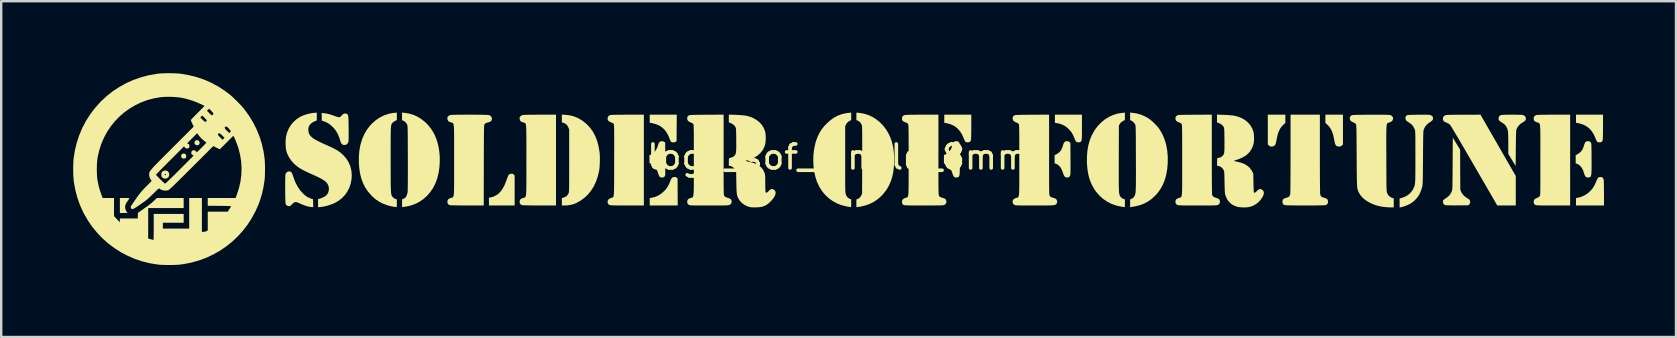
<source format=kicad_pcb>
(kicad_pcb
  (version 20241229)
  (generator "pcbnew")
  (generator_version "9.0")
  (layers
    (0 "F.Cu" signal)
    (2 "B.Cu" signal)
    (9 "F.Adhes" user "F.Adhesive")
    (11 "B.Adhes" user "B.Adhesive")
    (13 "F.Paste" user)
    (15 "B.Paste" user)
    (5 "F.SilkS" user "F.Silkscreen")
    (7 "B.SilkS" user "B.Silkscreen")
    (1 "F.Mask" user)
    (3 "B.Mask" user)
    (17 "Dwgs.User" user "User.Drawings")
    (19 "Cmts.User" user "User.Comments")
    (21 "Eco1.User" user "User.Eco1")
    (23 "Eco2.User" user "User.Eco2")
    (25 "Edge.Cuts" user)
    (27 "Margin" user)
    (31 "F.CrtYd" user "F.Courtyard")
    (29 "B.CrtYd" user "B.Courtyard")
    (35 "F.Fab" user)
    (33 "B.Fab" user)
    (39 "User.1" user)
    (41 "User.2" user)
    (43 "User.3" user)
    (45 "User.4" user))
  (footprint "logo_sof_single_8mm"
    (layer "F.Cu")
    (at 31.869 3.993)
    (property "Reference" "logo_sof_single_8mm" (at 0 -0.5 0) (unlocked yes) (layer "F.SilkS") (effects (font (size 1 1) (thickness 0.15))))
    (fp_poly (pts (xy -27.238 -0.644) (xy -27.196 -0.623) (xy -27.169 -0.585) (xy -27.157 -0.539) (xy -27.164 -0.492) (xy -27.185 -0.461) (xy -27.226 -0.438) (xy -27.274 -0.433) (xy -27.32 -0.447) (xy -27.347 -0.47) (xy -27.37 -0.517) (xy -27.37 -0.564) (xy -27.351 -0.605) (xy -27.316 -0.635) (xy -27.269 -0.647)) (stroke (width 0) (type solid)) (fill yes) (layer "F.SilkS"))
    (fp_poly (pts (xy -26.664 -1.196) (xy -26.638 -1.179) (xy -26.61 -1.142) (xy -26.6 -1.094) (xy -26.61 -1.046) (xy -26.629 -1.017) (xy -26.67 -0.994) (xy -26.719 -0.991) (xy -26.766 -1.008) (xy -26.787 -1.025) (xy -26.811 -1.055) (xy -26.817 -1.086) (xy -26.814 -1.11) (xy -26.795 -1.161) (xy -26.759 -1.194) (xy -26.714 -1.206)) (stroke (width 0) (type solid)) (fill yes) (layer "F.SilkS"))
    (fp_poly (pts (xy 18.638 -1.922) (xy 18.55 -1.841) (xy 18.475 -1.762) (xy 18.413 -1.67) (xy 18.361 -1.563) (xy 18.319 -1.437) (xy 18.284 -1.289) (xy 18.274 -1.231) (xy 18.261 -1.164) (xy 18.247 -1.102) (xy 18.234 -1.053) (xy 18.225 -1.027) (xy 18.187 -0.976) (xy 18.131 -0.946) (xy 18.062 -0.936) (xy 18.017 -0.939) (xy 17.985 -0.953) (xy 17.952 -0.982) (xy 17.906 -1.028) (xy 17.906 -2.265) (xy 18.638 -2.265)) (stroke (width 0) (type solid)) (fill yes) (layer "F.SilkS"))
    (fp_poly (pts (xy -6.767 0.336) (xy -6.734 0.35) (xy -6.718 0.363) (xy -6.687 0.394) (xy -6.68 1.519) (xy -7.847 1.519) (xy -7.847 1.21) (xy -7.783 1.201) (xy -7.634 1.166) (xy -7.495 1.106) (xy -7.364 1.022) (xy -7.243 0.916) (xy -7.17 0.836) (xy -7.109 0.751) (xy -7.055 0.654) (xy -7.004 0.538) (xy -6.987 0.494) (xy -6.956 0.422) (xy -6.925 0.374) (xy -6.888 0.346) (xy -6.843 0.334) (xy -6.815 0.332)) (stroke (width 0) (type solid)) (fill yes) (layer "F.SilkS"))
    (fp_poly (pts (xy 21.038 -1.028) (xy 20.992 -0.982) (xy 20.959 -0.953) (xy 20.928 -0.94) (xy 20.886 -0.937) (xy 20.88 -0.937) (xy 20.834 -0.94) (xy 20.795 -0.948) (xy 20.784 -0.952) (xy 20.754 -0.974) (xy 20.729 -1.009) (xy 20.708 -1.061) (xy 20.689 -1.133) (xy 20.672 -1.221) (xy 20.641 -1.377) (xy 20.603 -1.51) (xy 20.556 -1.623) (xy 20.499 -1.72) (xy 20.431 -1.804) (xy 20.391 -1.844) (xy 20.306 -1.922) (xy 20.306 -2.265) (xy 21.038 -2.265)) (stroke (width 0) (type solid)) (fill yes) (layer "F.SilkS"))
    (fp_poly (pts (xy -13.564 0.199) (xy -13.535 0.209) (xy -13.51 0.231) (xy -13.507 0.235) (xy -13.475 0.273) (xy -13.475 1.519) (xy -14.546 1.519) (xy -14.546 1.199) (xy -14.475 1.184) (xy -14.352 1.148) (xy -14.242 1.094) (xy -14.143 1.022) (xy -14.053 0.928) (xy -13.972 0.813) (xy -13.898 0.674) (xy -13.831 0.51) (xy -13.802 0.428) (xy -13.772 0.344) (xy -13.745 0.282) (xy -13.719 0.24) (xy -13.691 0.214) (xy -13.657 0.201) (xy -13.615 0.197) (xy -13.609 0.197)) (stroke (width 0) (type solid)) (fill yes) (layer "F.SilkS"))
    (fp_poly (pts (xy -6.724 -1.714) (xy -6.728 -1.164) (xy -6.76 -1.138) (xy -6.798 -1.119) (xy -6.852 -1.112) (xy -6.864 -1.112) (xy -6.91 -1.114) (xy -6.938 -1.123) (xy -6.959 -1.141) (xy -6.964 -1.147) (xy -6.984 -1.18) (xy -7.004 -1.226) (xy -7.014 -1.252) (xy -7.047 -1.338) (xy -7.093 -1.431) (xy -7.145 -1.521) (xy -7.198 -1.599) (xy -7.23 -1.638) (xy -7.331 -1.733) (xy -7.445 -1.809) (xy -7.573 -1.865) (xy -7.721 -1.905) (xy -7.73 -1.907) (xy -7.847 -1.93) (xy -7.847 -2.265) (xy -6.72 -2.265)) (stroke (width 0) (type solid)) (fill yes) (layer "F.SilkS"))
    (fp_poly (pts (xy -29.639 1.207) (xy -29.582 1.209) (xy -29.547 1.212) (xy -29.529 1.217) (xy -29.526 1.223) (xy -29.526 1.224) (xy -29.538 1.242) (xy -29.562 1.276) (xy -29.593 1.32) (xy -29.604 1.336) (xy -29.638 1.386) (xy -29.667 1.434) (xy -29.686 1.472) (xy -29.689 1.478) (xy -29.706 1.565) (xy -29.699 1.653) (xy -29.668 1.736) (xy -29.644 1.772) (xy -29.624 1.801) (xy -29.613 1.821) (xy -29.612 1.823) (xy -29.625 1.826) (xy -29.66 1.829) (xy -29.71 1.83) (xy -29.768 1.831) (xy -29.924 1.831) (xy -29.924 1.207) (xy -29.72 1.207)) (stroke (width 0) (type solid)) (fill yes) (layer "F.SilkS"))
    (fp_poly (pts (xy 31.874 -1.76) (xy 31.873 -1.624) (xy 31.872 -1.504) (xy 31.87 -1.4) (xy 31.868 -1.315) (xy 31.865 -1.252) (xy 31.861 -1.213) (xy 31.86 -1.204) (xy 31.843 -1.165) (xy 31.819 -1.135) (xy 31.816 -1.133) (xy 31.777 -1.117) (xy 31.726 -1.112) (xy 31.675 -1.117) (xy 31.636 -1.132) (xy 31.632 -1.136) (xy 31.615 -1.159) (xy 31.594 -1.2) (xy 31.57 -1.253) (xy 31.558 -1.284) (xy 31.489 -1.44) (xy 31.407 -1.573) (xy 31.309 -1.685) (xy 31.195 -1.774) (xy 31.065 -1.844) (xy 30.917 -1.894) (xy 30.853 -1.908) (xy 30.748 -1.93) (xy 30.748 -2.265) (xy 31.874 -2.265)) (stroke (width 0) (type solid)) (fill yes) (layer "F.SilkS"))
    (fp_poly (pts (xy 31.825 0.34) (xy 31.866 0.367) (xy 31.893 0.414) (xy 31.902 0.449) (xy 31.904 0.476) (xy 31.907 0.527) (xy 31.909 0.598) (xy 31.911 0.685) (xy 31.912 0.786) (xy 31.913 0.897) (xy 31.914 1.014) (xy 31.914 1.519) (xy 30.748 1.519) (xy 30.748 1.209) (xy 30.806 1.2) (xy 30.96 1.161) (xy 31.104 1.098) (xy 31.238 1.009) (xy 31.327 0.932) (xy 31.392 0.864) (xy 31.447 0.795) (xy 31.495 0.718) (xy 31.542 0.625) (xy 31.578 0.544) (xy 31.611 0.466) (xy 31.639 0.409) (xy 31.664 0.371) (xy 31.689 0.348) (xy 31.717 0.336) (xy 31.752 0.332) (xy 31.765 0.332)) (stroke (width 0) (type solid)) (fill yes) (layer "F.SilkS"))
    (fp_poly (pts (xy 5.551 -1.76) (xy 5.551 -1.624) (xy 5.55 -1.504) (xy 5.548 -1.4) (xy 5.546 -1.315) (xy 5.543 -1.252) (xy 5.539 -1.213) (xy 5.537 -1.204) (xy 5.52 -1.165) (xy 5.497 -1.135) (xy 5.494 -1.133) (xy 5.456 -1.118) (xy 5.405 -1.113) (xy 5.353 -1.117) (xy 5.314 -1.131) (xy 5.312 -1.132) (xy 5.295 -1.154) (xy 5.272 -1.196) (xy 5.246 -1.254) (xy 5.232 -1.29) (xy 5.162 -1.446) (xy 5.076 -1.581) (xy 4.975 -1.693) (xy 4.86 -1.783) (xy 4.73 -1.849) (xy 4.629 -1.883) (xy 4.572 -1.898) (xy 4.518 -1.91) (xy 4.478 -1.918) (xy 4.477 -1.918) (xy 4.426 -1.927) (xy 4.426 -2.265) (xy 5.552 -2.265)) (stroke (width 0) (type solid)) (fill yes) (layer "F.SilkS"))
    (fp_poly (pts (xy 10.162 -1.749) (xy 10.162 -1.607) (xy 10.162 -1.489) (xy 10.16 -1.394) (xy 10.158 -1.318) (xy 10.154 -1.259) (xy 10.149 -1.215) (xy 10.141 -1.182) (xy 10.132 -1.16) (xy 10.121 -1.144) (xy 10.106 -1.132) (xy 10.097 -1.127) (xy 10.054 -1.114) (xy 10.002 -1.112) (xy 9.954 -1.121) (xy 9.922 -1.138) (xy 9.904 -1.164) (xy 9.882 -1.206) (xy 9.86 -1.257) (xy 9.857 -1.264) (xy 9.811 -1.377) (xy 9.764 -1.47) (xy 9.711 -1.551) (xy 9.647 -1.627) (xy 9.613 -1.663) (xy 9.522 -1.745) (xy 9.427 -1.809) (xy 9.323 -1.858) (xy 9.202 -1.895) (xy 9.088 -1.918) (xy 9.037 -1.927) (xy 9.037 -2.265) (xy 10.162 -2.265)) (stroke (width 0) (type solid)) (fill yes) (layer "F.SilkS"))
    (fp_poly (pts (xy -27.994 0.064) (xy -27.941 0.087) (xy -27.898 0.126) (xy -27.872 0.181) (xy -27.867 0.207) (xy -27.871 0.275) (xy -27.897 0.332) (xy -27.94 0.374) (xy -27.996 0.397) (xy -28.062 0.398) (xy -28.088 0.392) (xy -28.126 0.374) (xy -28.162 0.345) (xy -28.162 0.345) (xy -28.182 0.319) (xy -28.192 0.287) (xy -28.195 0.241) (xy -28.195 0.236) (xy -28.063 0.236) (xy -28.06 0.244) (xy -28.04 0.255) (xy -28.016 0.25) (xy -28.002 0.234) (xy -28.007 0.216) (xy -28.027 0.207) (xy -28.049 0.209) (xy -28.055 0.214) (xy -28.063 0.236) (xy -28.195 0.236) (xy -28.195 0.231) (xy -28.193 0.18) (xy -28.184 0.147) (xy -28.166 0.121) (xy -28.163 0.117) (xy -28.11 0.078) (xy -28.052 0.061)) (stroke (width 0) (type solid)) (fill yes) (layer "F.SilkS"))
    (fp_poly (pts (xy -7.283 -1.153) (xy -7.234 -1.126) (xy -7.203 -1.101) (xy -7.199 -0.445) (xy -7.198 -0.313) (xy -7.198 -0.188) (xy -7.198 -0.072) (xy -7.198 0.03) (xy -7.199 0.117) (xy -7.2 0.185) (xy -7.201 0.232) (xy -7.203 0.255) (xy -7.203 0.255) (xy -7.221 0.306) (xy -7.255 0.338) (xy -7.308 0.352) (xy -7.332 0.353) (xy -7.381 0.349) (xy -7.413 0.337) (xy -7.432 0.321) (xy -7.45 0.294) (xy -7.473 0.246) (xy -7.496 0.186) (xy -7.507 0.155) (xy -7.529 0.091) (xy -7.552 0.031) (xy -7.573 -0.017) (xy -7.583 -0.036) (xy -7.626 -0.094) (xy -7.682 -0.149) (xy -7.743 -0.194) (xy -7.797 -0.221) (xy -7.854 -0.24) (xy -7.857 -0.403) (xy -7.861 -0.567) (xy -7.79 -0.608) (xy -7.709 -0.66) (xy -7.644 -0.718) (xy -7.591 -0.785) (xy -7.547 -0.867) (xy -7.507 -0.969) (xy -7.492 -1.017) (xy -7.474 -1.07) (xy -7.459 -1.103) (xy -7.442 -1.124) (xy -7.418 -1.139) (xy -7.409 -1.144) (xy -7.345 -1.161)) (stroke (width 0) (type solid)) (fill yes) (layer "F.SilkS"))
    (fp_poly (pts (xy 9.584 -1.157) (xy 9.616 -1.145) (xy 9.643 -1.122) (xy 9.681 -1.084) (xy 9.685 -0.471) (xy 9.686 -0.342) (xy 9.686 -0.218) (xy 9.686 -0.104) (xy 9.685 -0.002) (xy 9.685 0.084) (xy 9.683 0.152) (xy 9.682 0.198) (xy 9.681 0.215) (xy 9.665 0.281) (xy 9.637 0.324) (xy 9.593 0.347) (xy 9.545 0.353) (xy 9.499 0.349) (xy 9.466 0.333) (xy 9.445 0.315) (xy 9.418 0.276) (xy 9.388 0.211) (xy 9.365 0.145) (xy 9.341 0.079) (xy 9.313 0.013) (xy 9.285 -0.042) (xy 9.274 -0.061) (xy 9.228 -0.117) (xy 9.172 -0.168) (xy 9.113 -0.206) (xy 9.061 -0.226) (xy 9.023 -0.234) (xy 9.023 -0.58) (xy 9.066 -0.597) (xy 9.098 -0.615) (xy 9.143 -0.642) (xy 9.186 -0.672) (xy 9.235 -0.712) (xy 9.271 -0.754) (xy 9.304 -0.809) (xy 9.312 -0.826) (xy 9.339 -0.885) (xy 9.361 -0.946) (xy 9.376 -0.998) (xy 9.376 -0.998) (xy 9.399 -1.067) (xy 9.43 -1.117) (xy 9.458 -1.143) (xy 9.486 -1.156) (xy 9.526 -1.159) (xy 9.537 -1.159)) (stroke (width 0) (type solid)) (fill yes) (layer "F.SilkS"))
    (fp_poly (pts (xy 27.504 -0.986) (xy 28.239 0.292) (xy 28.239 0.905) (xy 28.239 1.519) (xy 27.468 1.519) (xy 27.226 1.102) (xy 27.185 1.031) (xy 27.131 0.938) (xy 27.066 0.827) (xy 26.992 0.699) (xy 26.91 0.557) (xy 26.82 0.403) (xy 26.725 0.239) (xy 26.626 0.067) (xy 26.524 -0.109) (xy 26.42 -0.288) (xy 26.316 -0.468) (xy 26.266 -0.555) (xy 26.167 -0.724) (xy 26.072 -0.888) (xy 25.98 -1.044) (xy 25.894 -1.192) (xy 25.814 -1.328) (xy 25.74 -1.452) (xy 25.675 -1.562) (xy 25.618 -1.656) (xy 25.571 -1.733) (xy 25.535 -1.791) (xy 25.511 -1.829) (xy 25.5 -1.844) (xy 25.439 -1.892) (xy 25.354 -1.932) (xy 25.285 -1.962) (xy 25.239 -1.995) (xy 25.212 -2.033) (xy 25.202 -2.081) (xy 25.202 -2.097) (xy 25.213 -2.16) (xy 25.247 -2.208) (xy 25.301 -2.24) (xy 25.352 -2.252) (xy 25.38 -2.254) (xy 25.432 -2.256) (xy 25.506 -2.258) (xy 25.597 -2.26) (xy 25.704 -2.261) (xy 25.823 -2.262) (xy 25.952 -2.263) (xy 26.086 -2.263) (xy 26.097 -2.263) (xy 26.768 -2.264)) (stroke (width 0) (type solid)) (fill yes) (layer "F.SilkS"))
    (fp_poly (pts (xy 4.987 -1.151) (xy 5.029 -1.125) (xy 5.056 -1.078) (xy 5.064 -1.05) (xy 5.067 -1.022) (xy 5.07 -0.97) (xy 5.072 -0.898) (xy 5.074 -0.81) (xy 5.075 -0.709) (xy 5.076 -0.598) (xy 5.077 -0.482) (xy 5.077 -0.363) (xy 5.076 -0.245) (xy 5.075 -0.132) (xy 5.073 -0.027) (xy 5.072 0.065) (xy 5.069 0.143) (xy 5.066 0.202) (xy 5.063 0.238) (xy 5.062 0.243) (xy 5.043 0.3) (xy 5.013 0.334) (xy 4.966 0.35) (xy 4.927 0.353) (xy 4.879 0.348) (xy 4.846 0.333) (xy 4.83 0.319) (xy 4.808 0.287) (xy 4.784 0.237) (xy 4.767 0.186) (xy 4.719 0.053) (xy 4.662 -0.055) (xy 4.596 -0.137) (xy 4.522 -0.194) (xy 4.477 -0.214) (xy 4.412 -0.237) (xy 4.412 -0.578) (xy 4.474 -0.608) (xy 4.539 -0.648) (xy 4.605 -0.703) (xy 4.663 -0.766) (xy 4.704 -0.827) (xy 4.705 -0.829) (xy 4.725 -0.877) (xy 4.746 -0.937) (xy 4.76 -0.984) (xy 4.782 -1.053) (xy 4.811 -1.105) (xy 4.82 -1.118) (xy 4.847 -1.144) (xy 4.876 -1.156) (xy 4.917 -1.159) (xy 4.926 -1.159)) (stroke (width 0) (type solid)) (fill yes) (layer "F.SilkS"))
    (fp_poly (pts (xy 31.334 -1.137) (xy 31.364 -1.107) (xy 31.371 -1.097) (xy 31.377 -1.085) (xy 31.381 -1.07) (xy 31.385 -1.047) (xy 31.388 -1.016) (xy 31.39 -0.972) (xy 31.392 -0.914) (xy 31.393 -0.84) (xy 31.394 -0.746) (xy 31.395 -0.63) (xy 31.396 -0.491) (xy 31.396 -0.472) (xy 31.397 -0.306) (xy 31.398 -0.166) (xy 31.397 -0.048) (xy 31.395 0.049) (xy 31.392 0.128) (xy 31.388 0.19) (xy 31.382 0.238) (xy 31.374 0.274) (xy 31.365 0.3) (xy 31.354 0.319) (xy 31.344 0.329) (xy 31.309 0.344) (xy 31.262 0.352) (xy 31.213 0.35) (xy 31.174 0.34) (xy 31.168 0.335) (xy 31.132 0.296) (xy 31.102 0.235) (xy 31.08 0.164) (xy 31.043 0.052) (xy 30.991 -0.045) (xy 30.929 -0.125) (xy 30.858 -0.185) (xy 30.799 -0.214) (xy 30.735 -0.237) (xy 30.735 -0.576) (xy 30.796 -0.609) (xy 30.869 -0.656) (xy 30.937 -0.714) (xy 30.992 -0.775) (xy 31.012 -0.805) (xy 31.031 -0.844) (xy 31.053 -0.9) (xy 31.074 -0.961) (xy 31.08 -0.981) (xy 31.104 -1.053) (xy 31.127 -1.102) (xy 31.153 -1.134) (xy 31.184 -1.152) (xy 31.215 -1.16) (xy 31.279 -1.161)) (stroke (width 0) (type solid)) (fill yes) (layer "F.SilkS"))
    (fp_poly (pts (xy 25.767 -1.056) (xy 25.919 -0.805) (xy 25.927 0.861) (xy 25.958 0.938) (xy 26.008 1.028) (xy 26.079 1.112) (xy 26.169 1.184) (xy 26.204 1.207) (xy 26.261 1.241) (xy 26.297 1.268) (xy 26.319 1.294) (xy 26.331 1.323) (xy 26.337 1.361) (xy 26.339 1.402) (xy 26.329 1.432) (xy 26.303 1.465) (xy 26.303 1.466) (xy 26.262 1.512) (xy 25.803 1.514) (xy 25.69 1.515) (xy 25.585 1.514) (xy 25.492 1.513) (xy 25.413 1.511) (xy 25.352 1.509) (xy 25.313 1.506) (xy 25.301 1.504) (xy 25.251 1.477) (xy 25.217 1.432) (xy 25.201 1.376) (xy 25.207 1.318) (xy 25.211 1.308) (xy 25.225 1.291) (xy 25.258 1.264) (xy 25.302 1.232) (xy 25.332 1.212) (xy 25.421 1.147) (xy 25.488 1.079) (xy 25.539 1.001) (xy 25.57 0.929) (xy 25.576 0.914) (xy 25.581 0.899) (xy 25.585 0.882) (xy 25.589 0.862) (xy 25.592 0.836) (xy 25.594 0.803) (xy 25.597 0.76) (xy 25.599 0.706) (xy 25.6 0.639) (xy 25.602 0.557) (xy 25.603 0.459) (xy 25.604 0.341) (xy 25.605 0.203) (xy 25.606 0.042) (xy 25.608 -0.143) (xy 25.608 -0.229) (xy 25.615 -1.306)) (stroke (width 0) (type solid)) (fill yes) (layer "F.SilkS"))
    (fp_poly (pts (xy 28.169 -2.264) (xy 28.265 -2.263) (xy 28.353 -2.261) (xy 28.429 -2.259) (xy 28.487 -2.256) (xy 28.525 -2.253) (xy 28.531 -2.252) (xy 28.589 -2.227) (xy 28.633 -2.185) (xy 28.657 -2.133) (xy 28.66 -2.105) (xy 28.655 -2.061) (xy 28.637 -2.025) (xy 28.603 -1.992) (xy 28.549 -1.956) (xy 28.528 -1.944) (xy 28.43 -1.879) (xy 28.355 -1.805) (xy 28.297 -1.717) (xy 28.262 -1.635) (xy 28.258 -1.61) (xy 28.255 -1.56) (xy 28.251 -1.484) (xy 28.248 -1.383) (xy 28.245 -1.259) (xy 28.243 -1.111) (xy 28.241 -0.941) (xy 28.24 -0.861) (xy 28.233 -0.129) (xy 27.927 -0.63) (xy 27.927 -1.057) (xy 27.927 -1.167) (xy 27.926 -1.272) (xy 27.924 -1.369) (xy 27.921 -1.452) (xy 27.918 -1.518) (xy 27.914 -1.563) (xy 27.913 -1.573) (xy 27.885 -1.685) (xy 27.838 -1.779) (xy 27.771 -1.859) (xy 27.68 -1.928) (xy 27.646 -1.948) (xy 27.587 -1.985) (xy 27.549 -2.018) (xy 27.529 -2.053) (xy 27.521 -2.096) (xy 27.521 -2.111) (xy 27.532 -2.172) (xy 27.566 -2.218) (xy 27.621 -2.247) (xy 27.636 -2.252) (xy 27.666 -2.255) (xy 27.719 -2.258) (xy 27.79 -2.261) (xy 27.875 -2.262) (xy 27.969 -2.263) (xy 28.068 -2.264)) (stroke (width 0) (type solid)) (fill yes) (layer "F.SilkS"))
    (fp_poly (pts (xy -21.42 -2.327) (xy -21.293 -2.307) (xy -21.153 -2.271) (xy -20.997 -2.219) (xy -20.972 -2.21) (xy -20.895 -2.182) (xy -20.837 -2.165) (xy -20.794 -2.158) (xy -20.761 -2.163) (xy -20.732 -2.18) (xy -20.702 -2.209) (xy -20.684 -2.23) (xy -20.634 -2.281) (xy -20.587 -2.309) (xy -20.54 -2.315) (xy -20.492 -2.305) (xy -20.469 -2.297) (xy -20.45 -2.287) (xy -20.435 -2.273) (xy -20.423 -2.253) (xy -20.414 -2.223) (xy -20.407 -2.182) (xy -20.402 -2.126) (xy -20.398 -2.053) (xy -20.396 -1.961) (xy -20.395 -1.846) (xy -20.393 -1.709) (xy -20.392 -1.593) (xy -20.392 -1.483) (xy -20.392 -1.383) (xy -20.393 -1.297) (xy -20.394 -1.227) (xy -20.396 -1.178) (xy -20.398 -1.154) (xy -20.417 -1.094) (xy -20.452 -1.048) (xy -20.483 -1.021) (xy -20.513 -1.008) (xy -20.554 -1.004) (xy -20.567 -1.004) (xy -20.613 -1.006) (xy -20.645 -1.017) (xy -20.674 -1.04) (xy -20.675 -1.042) (xy -20.704 -1.08) (xy -20.726 -1.128) (xy -20.73 -1.14) (xy -20.774 -1.285) (xy -20.82 -1.407) (xy -20.872 -1.513) (xy -20.933 -1.608) (xy -21.005 -1.698) (xy -21.055 -1.751) (xy -21.147 -1.836) (xy -21.236 -1.901) (xy -21.33 -1.952) (xy -21.42 -1.988) (xy -21.51 -2.019) (xy -21.513 -2.178) (xy -21.517 -2.336)) (stroke (width 0) (type solid)) (fill yes) (layer "F.SilkS"))
    (fp_poly (pts (xy -22.817 0.109) (xy -22.795 0.12) (xy -22.776 0.137) (xy -22.759 0.164) (xy -22.741 0.204) (xy -22.719 0.261) (xy -22.693 0.34) (xy -22.69 0.35) (xy -22.612 0.552) (xy -22.517 0.735) (xy -22.404 0.898) (xy -22.275 1.038) (xy -22.181 1.118) (xy -22.087 1.178) (xy -21.984 1.223) (xy -21.964 1.23) (xy -21.876 1.26) (xy -21.868 1.587) (xy -21.913 1.585) (xy -21.955 1.582) (xy -22.005 1.575) (xy -22.02 1.573) (xy -22.113 1.553) (xy -22.212 1.522) (xy -22.323 1.479) (xy -22.387 1.451) (xy -22.449 1.424) (xy -22.505 1.401) (xy -22.549 1.384) (xy -22.572 1.377) (xy -22.616 1.375) (xy -22.661 1.391) (xy -22.711 1.428) (xy -22.756 1.472) (xy -22.794 1.51) (xy -22.822 1.533) (xy -22.848 1.543) (xy -22.878 1.546) (xy -22.88 1.546) (xy -22.942 1.535) (xy -22.989 1.502) (xy -23.016 1.456) (xy -23.021 1.432) (xy -23.025 1.385) (xy -23.028 1.317) (xy -23.031 1.233) (xy -23.033 1.136) (xy -23.035 1.03) (xy -23.036 0.917) (xy -23.037 0.802) (xy -23.037 0.687) (xy -23.036 0.577) (xy -23.035 0.474) (xy -23.033 0.383) (xy -23.03 0.306) (xy -23.027 0.247) (xy -23.023 0.21) (xy -23.02 0.199) (xy -22.979 0.143) (xy -22.928 0.108) (xy -22.87 0.097)) (stroke (width 0) (type solid)) (fill yes) (layer "F.SilkS"))
    (fp_poly (pts (xy 0.872 -2.341) (xy 1.06 -2.312) (xy 1.243 -2.258) (xy 1.417 -2.179) (xy 1.581 -2.079) (xy 1.733 -1.958) (xy 1.872 -1.817) (xy 1.995 -1.659) (xy 2.1 -1.484) (xy 2.173 -1.328) (xy 2.234 -1.16) (xy 2.279 -0.989) (xy 2.311 -0.81) (xy 2.33 -0.617) (xy 2.337 -0.404) (xy 2.337 -0.384) (xy 2.329 -0.134) (xy 2.305 0.096) (xy 2.263 0.307) (xy 2.202 0.503) (xy 2.123 0.684) (xy 2.025 0.852) (xy 1.907 1.01) (xy 1.83 1.097) (xy 1.68 1.236) (xy 1.515 1.353) (xy 1.335 1.447) (xy 1.142 1.518) (xy 0.935 1.566) (xy 0.842 1.579) (xy 0.764 1.589) (xy 0.764 1.263) (xy 0.806 1.254) (xy 0.861 1.23) (xy 0.913 1.183) (xy 0.957 1.121) (xy 0.97 1.095) (xy 1.002 1.024) (xy 1.006 -0.372) (xy 1.006 -0.599) (xy 1.007 -0.8) (xy 1.007 -0.978) (xy 1.007 -1.133) (xy 1.007 -1.267) (xy 1.006 -1.383) (xy 1.006 -1.481) (xy 1.005 -1.563) (xy 1.004 -1.63) (xy 1.002 -1.685) (xy 1.001 -1.729) (xy 0.998 -1.763) (xy 0.996 -1.789) (xy 0.993 -1.81) (xy 0.99 -1.825) (xy 0.987 -1.835) (xy 0.955 -1.899) (xy 0.907 -1.958) (xy 0.851 -2.002) (xy 0.814 -2.02) (xy 0.764 -2.036) (xy 0.764 -2.35)) (stroke (width 0) (type solid)) (fill yes) (layer "F.SilkS"))
    (fp_poly (pts (xy -11.363 -2.259) (xy -11.181 -2.237) (xy -11.014 -2.196) (xy -10.857 -2.133) (xy -10.702 -2.047) (xy -10.624 -1.994) (xy -10.468 -1.866) (xy -10.333 -1.722) (xy -10.216 -1.559) (xy -10.119 -1.379) (xy -10.041 -1.179) (xy -9.981 -0.96) (xy -9.94 -0.722) (xy -9.934 -0.678) (xy -9.928 -0.595) (xy -9.925 -0.495) (xy -9.924 -0.383) (xy -9.927 -0.267) (xy -9.932 -0.154) (xy -9.939 -0.051) (xy -9.949 0.035) (xy -9.954 0.066) (xy -10.009 0.301) (xy -10.083 0.518) (xy -10.176 0.717) (xy -10.287 0.896) (xy -10.417 1.057) (xy -10.565 1.198) (xy -10.731 1.318) (xy -10.878 1.401) (xy -11.005 1.456) (xy -11.132 1.492) (xy -11.266 1.513) (xy -11.403 1.519) (xy -11.508 1.519) (xy -11.508 1.211) (xy -11.425 1.186) (xy -11.345 1.151) (xy -11.283 1.1) (xy -11.236 1.027) (xy -11.232 1.017) (xy -11.227 1.007) (xy -11.223 0.995) (xy -11.219 0.982) (xy -11.216 0.965) (xy -11.213 0.941) (xy -11.211 0.911) (xy -11.209 0.872) (xy -11.207 0.822) (xy -11.206 0.759) (xy -11.205 0.683) (xy -11.204 0.591) (xy -11.204 0.481) (xy -11.204 0.353) (xy -11.203 0.204) (xy -11.203 0.032) (xy -11.203 -0.163) (xy -11.203 -0.346) (xy -11.203 -1.648) (xy -11.235 -1.726) (xy -11.277 -1.808) (xy -11.33 -1.867) (xy -11.397 -1.907) (xy -11.43 -1.92) (xy -11.508 -1.944) (xy -11.508 -2.268)) (stroke (width 0) (type solid)) (fill yes) (layer "F.SilkS"))
    (fp_poly (pts (xy 0.548 -2.039) (xy 0.51 -2.022) (xy 0.429 -1.975) (xy 0.368 -1.915) (xy 0.334 -1.86) (xy 0.297 -1.783) (xy 0.297 -0.407) (xy 0.297 -0.182) (xy 0.297 0.017) (xy 0.297 0.192) (xy 0.297 0.345) (xy 0.298 0.478) (xy 0.298 0.591) (xy 0.299 0.687) (xy 0.3 0.768) (xy 0.301 0.834) (xy 0.303 0.889) (xy 0.305 0.932) (xy 0.307 0.966) (xy 0.31 0.993) (xy 0.313 1.014) (xy 0.316 1.031) (xy 0.32 1.046) (xy 0.321 1.048) (xy 0.358 1.132) (xy 0.412 1.197) (xy 0.481 1.239) (xy 0.487 1.242) (xy 0.548 1.265) (xy 0.548 1.426) (xy 0.547 1.494) (xy 0.546 1.54) (xy 0.542 1.568) (xy 0.536 1.581) (xy 0.528 1.586) (xy 0.524 1.586) (xy 0.501 1.583) (xy 0.458 1.576) (xy 0.403 1.567) (xy 0.364 1.56) (xy 0.159 1.51) (xy -0.035 1.437) (xy -0.215 1.34) (xy -0.381 1.222) (xy -0.53 1.084) (xy -0.662 0.926) (xy -0.775 0.75) (xy -0.868 0.556) (xy -0.882 0.521) (xy -0.947 0.317) (xy -0.995 0.098) (xy -1.024 -0.131) (xy -1.033 -0.366) (xy -1.025 -0.601) (xy -0.997 -0.832) (xy -0.95 -1.054) (xy -0.91 -1.19) (xy -0.845 -1.363) (xy -0.769 -1.517) (xy -0.68 -1.657) (xy -0.572 -1.792) (xy -0.47 -1.899) (xy -0.32 -2.033) (xy -0.167 -2.141) (xy -0.009 -2.226) (xy 0.159 -2.287) (xy 0.337 -2.327) (xy 0.449 -2.341) (xy 0.548 -2.35)) (stroke (width 0) (type solid)) (fill yes) (layer "F.SilkS"))
    (fp_poly (pts (xy 11.952 -2.039) (xy 11.898 -2.015) (xy 11.814 -1.965) (xy 11.751 -1.898) (xy 11.731 -1.866) (xy 11.702 -1.81) (xy 11.697 -0.448) (xy 11.697 -0.216) (xy 11.696 -0.011) (xy 11.696 0.171) (xy 11.696 0.331) (xy 11.696 0.469) (xy 11.697 0.589) (xy 11.698 0.692) (xy 11.7 0.779) (xy 11.702 0.851) (xy 11.705 0.912) (xy 11.709 0.961) (xy 11.713 1.001) (xy 11.718 1.034) (xy 11.724 1.06) (xy 11.73 1.083) (xy 11.738 1.102) (xy 11.747 1.121) (xy 11.751 1.129) (xy 11.788 1.178) (xy 11.842 1.222) (xy 11.902 1.251) (xy 11.915 1.255) (xy 11.952 1.264) (xy 11.952 1.425) (xy 11.952 1.494) (xy 11.951 1.54) (xy 11.947 1.568) (xy 11.941 1.581) (xy 11.933 1.585) (xy 11.929 1.585) (xy 11.905 1.583) (xy 11.862 1.577) (xy 11.809 1.569) (xy 11.796 1.567) (xy 11.589 1.521) (xy 11.393 1.451) (xy 11.21 1.357) (xy 11.041 1.241) (xy 10.888 1.103) (xy 10.751 0.945) (xy 10.666 0.821) (xy 10.571 0.649) (xy 10.494 0.465) (xy 10.436 0.267) (xy 10.397 0.053) (xy 10.374 -0.179) (xy 10.37 -0.272) (xy 10.371 -0.534) (xy 10.392 -0.778) (xy 10.433 -1.006) (xy 10.495 -1.218) (xy 10.577 -1.416) (xy 10.681 -1.602) (xy 10.704 -1.638) (xy 10.828 -1.801) (xy 10.968 -1.945) (xy 11.122 -2.07) (xy 11.288 -2.173) (xy 11.463 -2.253) (xy 11.646 -2.309) (xy 11.834 -2.34) (xy 11.845 -2.341) (xy 11.952 -2.35)) (stroke (width 0) (type solid)) (fill yes) (layer "F.SilkS"))
    (fp_poly (pts (xy 20.076 -0.654) (xy 20.076 -0.414) (xy 20.076 -0.187) (xy 20.077 0.024) (xy 20.077 0.219) (xy 20.078 0.396) (xy 20.079 0.554) (xy 20.081 0.692) (xy 20.082 0.809) (xy 20.084 0.903) (xy 20.085 0.974) (xy 20.087 1.019) (xy 20.089 1.036) (xy 20.1 1.084) (xy 20.114 1.124) (xy 20.125 1.141) (xy 20.149 1.158) (xy 20.191 1.176) (xy 20.242 1.194) (xy 20.248 1.196) (xy 20.32 1.221) (xy 20.369 1.248) (xy 20.399 1.282) (xy 20.412 1.327) (xy 20.415 1.362) (xy 20.407 1.423) (xy 20.38 1.466) (xy 20.332 1.497) (xy 20.315 1.504) (xy 20.294 1.507) (xy 20.249 1.51) (xy 20.182 1.512) (xy 20.097 1.514) (xy 19.997 1.516) (xy 19.884 1.517) (xy 19.762 1.518) (xy 19.633 1.518) (xy 19.5 1.518) (xy 19.366 1.518) (xy 19.235 1.518) (xy 19.108 1.517) (xy 18.99 1.516) (xy 18.882 1.514) (xy 18.789 1.513) (xy 18.712 1.511) (xy 18.654 1.508) (xy 18.62 1.505) (xy 18.611 1.504) (xy 18.558 1.474) (xy 18.527 1.432) (xy 18.516 1.375) (xy 18.516 1.362) (xy 18.522 1.308) (xy 18.542 1.267) (xy 18.58 1.235) (xy 18.639 1.21) (xy 18.682 1.197) (xy 18.749 1.175) (xy 18.794 1.146) (xy 18.823 1.107) (xy 18.84 1.052) (xy 18.843 1.035) (xy 18.844 1.013) (xy 18.845 0.966) (xy 18.847 0.895) (xy 18.848 0.803) (xy 18.849 0.69) (xy 18.85 0.559) (xy 18.851 0.411) (xy 18.852 0.248) (xy 18.853 0.073) (xy 18.853 -0.114) (xy 18.854 -0.311) (xy 18.854 -0.515) (xy 18.854 -0.648) (xy 18.855 -2.265) (xy 20.076 -2.265)) (stroke (width 0) (type solid)) (fill yes) (layer "F.SilkS"))
    (fp_poly (pts (xy -18.06 -2.341) (xy -17.875 -2.312) (xy -17.695 -2.258) (xy -17.522 -2.18) (xy -17.359 -2.079) (xy -17.206 -1.958) (xy -17.068 -1.817) (xy -16.944 -1.659) (xy -16.839 -1.484) (xy -16.818 -1.444) (xy -16.733 -1.243) (xy -16.668 -1.026) (xy -16.623 -0.795) (xy -16.598 -0.554) (xy -16.595 -0.303) (xy -16.608 -0.087) (xy -16.643 0.157) (xy -16.698 0.382) (xy -16.774 0.591) (xy -16.871 0.783) (xy -16.989 0.958) (xy -17.127 1.117) (xy -17.138 1.127) (xy -17.294 1.264) (xy -17.462 1.377) (xy -17.642 1.465) (xy -17.835 1.529) (xy -18.018 1.567) (xy -18.074 1.575) (xy -18.12 1.582) (xy -18.15 1.586) (xy -18.157 1.587) (xy -18.161 1.574) (xy -18.164 1.539) (xy -18.166 1.488) (xy -18.166 1.427) (xy -18.166 1.268) (xy -18.095 1.234) (xy -18.051 1.209) (xy -18.02 1.181) (xy -17.994 1.14) (xy -17.987 1.126) (xy -17.963 1.069) (xy -17.944 1.003) (xy -17.935 0.963) (xy -17.933 0.933) (xy -17.931 0.877) (xy -17.929 0.795) (xy -17.928 0.689) (xy -17.927 0.559) (xy -17.926 0.406) (xy -17.925 0.23) (xy -17.925 0.034) (xy -17.925 -0.183) (xy -17.926 -0.42) (xy -17.926 -0.461) (xy -17.926 -0.682) (xy -17.927 -0.877) (xy -17.928 -1.048) (xy -17.928 -1.197) (xy -17.929 -1.326) (xy -17.93 -1.436) (xy -17.931 -1.528) (xy -17.933 -1.605) (xy -17.934 -1.667) (xy -17.936 -1.718) (xy -17.938 -1.757) (xy -17.94 -1.787) (xy -17.943 -1.81) (xy -17.946 -1.827) (xy -17.95 -1.84) (xy -17.954 -1.851) (xy -17.954 -1.851) (xy -18 -1.925) (xy -18.063 -1.984) (xy -18.114 -2.014) (xy -18.167 -2.038) (xy -18.167 -2.35)) (stroke (width 0) (type solid)) (fill yes) (layer "F.SilkS"))
    (fp_poly (pts (xy 12.277 -2.341) (xy 12.453 -2.314) (xy 12.629 -2.262) (xy 12.798 -2.189) (xy 12.93 -2.113) (xy 13.022 -2.046) (xy 13.119 -1.963) (xy 13.215 -1.87) (xy 13.303 -1.775) (xy 13.376 -1.683) (xy 13.401 -1.648) (xy 13.511 -1.456) (xy 13.6 -1.249) (xy 13.668 -1.026) (xy 13.713 -0.789) (xy 13.737 -0.539) (xy 13.738 -0.276) (xy 13.738 -0.264) (xy 13.717 -0.008) (xy 13.676 0.232) (xy 13.614 0.453) (xy 13.531 0.657) (xy 13.428 0.843) (xy 13.305 1.011) (xy 13.217 1.108) (xy 13.074 1.239) (xy 12.923 1.347) (xy 12.763 1.435) (xy 12.589 1.502) (xy 12.398 1.552) (xy 12.234 1.58) (xy 12.169 1.588) (xy 12.17 1.428) (xy 12.17 1.268) (xy 12.236 1.239) (xy 12.288 1.209) (xy 12.326 1.168) (xy 12.338 1.149) (xy 12.35 1.128) (xy 12.361 1.108) (xy 12.37 1.087) (xy 12.378 1.063) (xy 12.386 1.036) (xy 12.392 1.002) (xy 12.397 0.961) (xy 12.401 0.911) (xy 12.404 0.85) (xy 12.407 0.777) (xy 12.409 0.69) (xy 12.411 0.587) (xy 12.411 0.467) (xy 12.412 0.328) (xy 12.412 0.168) (xy 12.412 -0.013) (xy 12.411 -0.219) (xy 12.411 -0.45) (xy 12.41 -0.452) (xy 12.41 -0.675) (xy 12.409 -0.872) (xy 12.408 -1.045) (xy 12.408 -1.196) (xy 12.407 -1.326) (xy 12.406 -1.437) (xy 12.405 -1.531) (xy 12.403 -1.609) (xy 12.402 -1.672) (xy 12.4 -1.723) (xy 12.398 -1.763) (xy 12.395 -1.793) (xy 12.393 -1.815) (xy 12.39 -1.831) (xy 12.386 -1.842) (xy 12.385 -1.845) (xy 12.343 -1.914) (xy 12.287 -1.973) (xy 12.225 -2.013) (xy 12.224 -2.014) (xy 12.169 -2.038) (xy 12.169 -2.35)) (stroke (width 0) (type solid)) (fill yes) (layer "F.SilkS"))
    (fp_poly (pts (xy -8.091 1.519) (xy -8.786 1.518) (xy -8.946 1.518) (xy -9.082 1.518) (xy -9.195 1.517) (xy -9.287 1.516) (xy -9.361 1.514) (xy -9.418 1.512) (xy -9.461 1.509) (xy -9.492 1.506) (xy -9.513 1.502) (xy -9.526 1.498) (xy -9.568 1.466) (xy -9.596 1.417) (xy -9.605 1.359) (xy -9.602 1.335) (xy -9.579 1.283) (xy -9.53 1.239) (xy -9.459 1.204) (xy -9.449 1.201) (xy -9.431 1.196) (xy -9.415 1.192) (xy -9.4 1.189) (xy -9.388 1.184) (xy -9.377 1.176) (xy -9.367 1.163) (xy -9.359 1.145) (xy -9.352 1.119) (xy -9.347 1.085) (xy -9.342 1.04) (xy -9.338 0.983) (xy -9.335 0.913) (xy -9.333 0.827) (xy -9.332 0.726) (xy -9.331 0.606) (xy -9.33 0.467) (xy -9.329 0.307) (xy -9.329 0.125) (xy -9.329 -0.081) (xy -9.328 -0.312) (xy -9.328 -0.354) (xy -9.328 -0.589) (xy -9.327 -0.799) (xy -9.327 -0.984) (xy -9.327 -1.147) (xy -9.327 -1.289) (xy -9.328 -1.41) (xy -9.328 -1.514) (xy -9.329 -1.601) (xy -9.33 -1.673) (xy -9.331 -1.731) (xy -9.333 -1.776) (xy -9.335 -1.811) (xy -9.337 -1.837) (xy -9.34 -1.855) (xy -9.343 -1.866) (xy -9.345 -1.87) (xy -9.364 -1.896) (xy -9.397 -1.918) (xy -9.45 -1.942) (xy -9.461 -1.946) (xy -9.527 -1.976) (xy -9.57 -2.009) (xy -9.594 -2.048) (xy -9.603 -2.1) (xy -9.603 -2.111) (xy -9.591 -2.17) (xy -9.556 -2.216) (xy -9.5 -2.246) (xy -9.48 -2.252) (xy -9.456 -2.254) (xy -9.408 -2.257) (xy -9.338 -2.259) (xy -9.25 -2.26) (xy -9.146 -2.262) (xy -9.03 -2.263) (xy -8.903 -2.264) (xy -8.77 -2.264) (xy -8.759 -2.264) (xy -8.091 -2.265)) (stroke (width 0) (type solid)) (fill yes) (layer "F.SilkS"))
    (fp_poly (pts (xy 30.504 1.519) (xy 29.802 1.519) (xy 29.643 1.519) (xy 29.509 1.518) (xy 29.398 1.518) (xy 29.307 1.517) (xy 29.234 1.515) (xy 29.177 1.514) (xy 29.134 1.511) (xy 29.103 1.508) (xy 29.081 1.505) (xy 29.066 1.5) (xy 29.06 1.498) (xy 29.017 1.469) (xy 28.994 1.434) (xy 28.986 1.384) (xy 28.985 1.368) (xy 28.992 1.312) (xy 29.016 1.269) (xy 29.061 1.234) (xy 29.126 1.203) (xy 29.181 1.177) (xy 29.223 1.148) (xy 29.235 1.134) (xy 29.239 1.128) (xy 29.243 1.121) (xy 29.247 1.112) (xy 29.25 1.098) (xy 29.253 1.079) (xy 29.255 1.053) (xy 29.257 1.019) (xy 29.258 0.974) (xy 29.26 0.918) (xy 29.261 0.849) (xy 29.262 0.765) (xy 29.262 0.664) (xy 29.263 0.546) (xy 29.263 0.408) (xy 29.263 0.25) (xy 29.263 0.069) (xy 29.263 -0.136) (xy 29.263 -0.367) (xy 29.263 -0.373) (xy 29.263 -0.609) (xy 29.263 -0.82) (xy 29.264 -1.007) (xy 29.264 -1.171) (xy 29.263 -1.314) (xy 29.262 -1.437) (xy 29.261 -1.542) (xy 29.259 -1.631) (xy 29.256 -1.705) (xy 29.252 -1.764) (xy 29.247 -1.812) (xy 29.241 -1.849) (xy 29.233 -1.877) (xy 29.224 -1.898) (xy 29.213 -1.912) (xy 29.2 -1.922) (xy 29.185 -1.928) (xy 29.169 -1.933) (xy 29.15 -1.938) (xy 29.128 -1.944) (xy 29.121 -1.947) (xy 29.057 -1.975) (xy 29.016 -2.005) (xy 28.994 -2.044) (xy 28.986 -2.096) (xy 28.986 -2.106) (xy 28.995 -2.167) (xy 29.025 -2.211) (xy 29.078 -2.242) (xy 29.102 -2.25) (xy 29.13 -2.254) (xy 29.185 -2.257) (xy 29.266 -2.26) (xy 29.372 -2.262) (xy 29.503 -2.263) (xy 29.659 -2.264) (xy 29.829 -2.265) (xy 30.504 -2.265)) (stroke (width 0) (type solid)) (fill yes) (layer "F.SilkS"))
    (fp_poly (pts (xy -11.752 1.519) (xy -12.447 1.518) (xy -12.607 1.518) (xy -12.75 1.517) (xy -12.875 1.515) (xy -12.981 1.513) (xy -13.066 1.511) (xy -13.128 1.509) (xy -13.166 1.506) (xy -13.176 1.504) (xy -13.229 1.47) (xy -13.261 1.422) (xy -13.269 1.362) (xy -13.258 1.311) (xy -13.242 1.275) (xy -13.215 1.247) (xy -13.172 1.224) (xy -13.111 1.201) (xy -13.092 1.195) (xy -13.074 1.191) (xy -13.059 1.187) (xy -13.046 1.181) (xy -13.034 1.172) (xy -13.024 1.158) (xy -13.016 1.139) (xy -13.008 1.111) (xy -13.003 1.075) (xy -12.998 1.028) (xy -12.994 0.969) (xy -12.991 0.896) (xy -12.989 0.808) (xy -12.988 0.704) (xy -12.987 0.581) (xy -12.986 0.439) (xy -12.986 0.276) (xy -12.986 0.09) (xy -12.986 -0.12) (xy -12.987 -0.355) (xy -12.987 -0.364) (xy -12.986 -0.601) (xy -12.986 -0.812) (xy -12.986 -0.999) (xy -12.986 -1.163) (xy -12.987 -1.307) (xy -12.988 -1.43) (xy -12.989 -1.536) (xy -12.991 -1.625) (xy -12.994 -1.698) (xy -12.998 -1.758) (xy -13.002 -1.806) (xy -13.008 -1.844) (xy -13.015 -1.872) (xy -13.023 -1.893) (xy -13.032 -1.907) (xy -13.043 -1.917) (xy -13.056 -1.923) (xy -13.07 -1.928) (xy -13.087 -1.933) (xy -13.104 -1.939) (xy -13.145 -1.954) (xy -13.176 -1.964) (xy -13.188 -1.966) (xy -13.212 -1.978) (xy -13.236 -2.009) (xy -13.256 -2.049) (xy -13.268 -2.092) (xy -13.268 -2.092) (xy -13.269 -2.134) (xy -13.26 -2.165) (xy -13.236 -2.196) (xy -13.187 -2.234) (xy -13.142 -2.252) (xy -13.118 -2.254) (xy -13.07 -2.256) (xy -13 -2.259) (xy -12.912 -2.26) (xy -12.808 -2.262) (xy -12.691 -2.263) (xy -12.565 -2.264) (xy -12.431 -2.264) (xy -12.42 -2.264) (xy -11.752 -2.265)) (stroke (width 0) (type solid)) (fill yes) (layer "F.SilkS"))
    (fp_poly (pts (xy -18.384 -2.039) (xy -18.453 -2.007) (xy -18.5 -1.979) (xy -18.544 -1.946) (xy -18.561 -1.93) (xy -18.574 -1.915) (xy -18.585 -1.901) (xy -18.595 -1.887) (xy -18.604 -1.87) (xy -18.612 -1.848) (xy -18.618 -1.822) (xy -18.624 -1.787) (xy -18.628 -1.744) (xy -18.632 -1.691) (xy -18.635 -1.625) (xy -18.637 -1.545) (xy -18.639 -1.45) (xy -18.64 -1.338) (xy -18.641 -1.207) (xy -18.641 -1.056) (xy -18.641 -0.883) (xy -18.641 -0.687) (xy -18.641 -0.465) (xy -18.641 -0.414) (xy -18.641 -0.185) (xy -18.641 0.018) (xy -18.641 0.198) (xy -18.64 0.355) (xy -18.64 0.492) (xy -18.639 0.61) (xy -18.637 0.71) (xy -18.635 0.795) (xy -18.632 0.866) (xy -18.629 0.925) (xy -18.625 0.973) (xy -18.621 1.012) (xy -18.616 1.043) (xy -18.61 1.069) (xy -18.603 1.09) (xy -18.595 1.11) (xy -18.586 1.128) (xy -18.586 1.129) (xy -18.548 1.178) (xy -18.494 1.222) (xy -18.434 1.251) (xy -18.421 1.255) (xy -18.384 1.264) (xy -18.384 1.425) (xy -18.384 1.494) (xy -18.386 1.54) (xy -18.389 1.568) (xy -18.395 1.581) (xy -18.404 1.585) (xy -18.408 1.585) (xy -18.431 1.583) (xy -18.474 1.577) (xy -18.528 1.569) (xy -18.55 1.566) (xy -18.616 1.553) (xy -18.694 1.534) (xy -18.774 1.511) (xy -18.814 1.498) (xy -18.977 1.436) (xy -19.122 1.36) (xy -19.258 1.269) (xy -19.388 1.157) (xy -19.459 1.086) (xy -19.592 0.931) (xy -19.704 0.763) (xy -19.796 0.581) (xy -19.867 0.383) (xy -19.92 0.168) (xy -19.953 -0.065) (xy -19.966 -0.271) (xy -19.965 -0.538) (xy -19.942 -0.79) (xy -19.897 -1.025) (xy -19.83 -1.245) (xy -19.742 -1.448) (xy -19.633 -1.635) (xy -19.502 -1.806) (xy -19.415 -1.899) (xy -19.26 -2.035) (xy -19.094 -2.147) (xy -18.919 -2.235) (xy -18.736 -2.298) (xy -18.548 -2.335) (xy -18.492 -2.341) (xy -18.384 -2.35)) (stroke (width 0) (type solid)) (fill yes) (layer "F.SilkS"))
    (fp_poly (pts (xy -21.72 -2.024) (xy -21.784 -2) (xy -21.881 -1.953) (xy -21.962 -1.894) (xy -22.022 -1.826) (xy -22.051 -1.774) (xy -22.069 -1.706) (xy -22.073 -1.627) (xy -22.064 -1.546) (xy -22.042 -1.476) (xy -22.041 -1.471) (xy -22.013 -1.422) (xy -21.977 -1.374) (xy -21.931 -1.328) (xy -21.871 -1.282) (xy -21.797 -1.234) (xy -21.705 -1.183) (xy -21.594 -1.127) (xy -21.461 -1.064) (xy -21.34 -1.01) (xy -21.199 -0.947) (xy -21.081 -0.892) (xy -20.981 -0.841) (xy -20.897 -0.795) (xy -20.825 -0.751) (xy -20.762 -0.706) (xy -20.731 -0.683) (xy -20.592 -0.555) (xy -20.476 -0.416) (xy -20.385 -0.265) (xy -20.319 -0.103) (xy -20.278 0.068) (xy -20.262 0.247) (xy -20.27 0.408) (xy -20.302 0.591) (xy -20.358 0.764) (xy -20.438 0.925) (xy -20.539 1.072) (xy -20.662 1.204) (xy -20.804 1.317) (xy -20.96 1.41) (xy -21.055 1.452) (xy -21.164 1.492) (xy -21.281 1.527) (xy -21.397 1.556) (xy -21.506 1.576) (xy -21.601 1.586) (xy -21.628 1.587) (xy -21.666 1.587) (xy -21.666 1.253) (xy -21.601 1.236) (xy -21.515 1.208) (xy -21.429 1.168) (xy -21.355 1.123) (xy -21.339 1.111) (xy -21.281 1.048) (xy -21.24 0.97) (xy -21.218 0.882) (xy -21.215 0.79) (xy -21.234 0.699) (xy -21.251 0.659) (xy -21.279 0.61) (xy -21.314 0.564) (xy -21.359 0.519) (xy -21.417 0.475) (xy -21.489 0.429) (xy -21.578 0.38) (xy -21.687 0.326) (xy -21.818 0.265) (xy -21.893 0.232) (xy -22.044 0.164) (xy -22.172 0.104) (xy -22.282 0.048) (xy -22.375 -0.003) (xy -22.457 -0.053) (xy -22.529 -0.104) (xy -22.594 -0.156) (xy -22.658 -0.213) (xy -22.674 -0.228) (xy -22.782 -0.349) (xy -22.874 -0.486) (xy -22.947 -0.631) (xy -22.989 -0.753) (xy -23.003 -0.821) (xy -23.013 -0.909) (xy -23.018 -1.009) (xy -23.02 -1.113) (xy -23.016 -1.213) (xy -23.009 -1.303) (xy -23.002 -1.35) (xy -22.956 -1.525) (xy -22.887 -1.687) (xy -22.797 -1.835) (xy -22.687 -1.966) (xy -22.559 -2.08) (xy -22.413 -2.174) (xy -22.305 -2.225) (xy -22.181 -2.27) (xy -22.047 -2.306) (xy -21.913 -2.331) (xy -21.837 -2.34) (xy -21.72 -2.35)) (stroke (width 0) (type solid)) (fill yes) (layer "F.SilkS"))
    (fp_poly (pts (xy 15.573 -0.621) (xy 15.573 -0.355) (xy 15.574 -0.11) (xy 15.574 0.115) (xy 15.575 0.317) (xy 15.576 0.497) (xy 15.577 0.653) (xy 15.579 0.786) (xy 15.58 0.895) (xy 15.582 0.978) (xy 15.584 1.036) (xy 15.586 1.067) (xy 15.587 1.072) (xy 15.607 1.119) (xy 15.642 1.155) (xy 15.695 1.182) (xy 15.754 1.201) (xy 15.827 1.226) (xy 15.876 1.26) (xy 15.904 1.305) (xy 15.912 1.361) (xy 15.903 1.421) (xy 15.875 1.465) (xy 15.826 1.497) (xy 15.814 1.501) (xy 15.797 1.505) (xy 15.774 1.509) (xy 15.742 1.511) (xy 15.7 1.514) (xy 15.644 1.515) (xy 15.574 1.517) (xy 15.486 1.518) (xy 15.379 1.518) (xy 15.25 1.519) (xy 15.098 1.519) (xy 14.981 1.519) (xy 14.813 1.519) (xy 14.67 1.519) (xy 14.549 1.518) (xy 14.45 1.518) (xy 14.368 1.517) (xy 14.303 1.515) (xy 14.253 1.513) (xy 14.214 1.511) (xy 14.185 1.508) (xy 14.164 1.505) (xy 14.149 1.501) (xy 14.137 1.496) (xy 14.136 1.495) (xy 14.087 1.457) (xy 14.06 1.406) (xy 14.056 1.347) (xy 14.074 1.291) (xy 14.09 1.265) (xy 14.115 1.244) (xy 14.153 1.225) (xy 14.21 1.202) (xy 14.224 1.197) (xy 14.242 1.191) (xy 14.258 1.187) (xy 14.272 1.182) (xy 14.284 1.175) (xy 14.295 1.165) (xy 14.304 1.15) (xy 14.312 1.129) (xy 14.319 1.1) (xy 14.324 1.062) (xy 14.329 1.012) (xy 14.332 0.951) (xy 14.335 0.875) (xy 14.337 0.785) (xy 14.338 0.677) (xy 14.339 0.551) (xy 14.339 0.406) (xy 14.339 0.239) (xy 14.339 0.049) (xy 14.339 -0.165) (xy 14.339 -0.371) (xy 14.339 -0.603) (xy 14.339 -0.809) (xy 14.339 -0.991) (xy 14.338 -1.151) (xy 14.338 -1.29) (xy 14.337 -1.409) (xy 14.337 -1.511) (xy 14.336 -1.595) (xy 14.334 -1.665) (xy 14.333 -1.722) (xy 14.331 -1.767) (xy 14.329 -1.801) (xy 14.326 -1.827) (xy 14.324 -1.845) (xy 14.321 -1.858) (xy 14.318 -1.865) (xy 14.3 -1.893) (xy 14.273 -1.914) (xy 14.23 -1.934) (xy 14.213 -1.94) (xy 14.143 -1.97) (xy 14.096 -2.004) (xy 14.069 -2.044) (xy 14.059 -2.079) (xy 14.06 -2.143) (xy 14.086 -2.196) (xy 14.126 -2.232) (xy 14.137 -2.237) (xy 14.15 -2.242) (xy 14.167 -2.247) (xy 14.191 -2.25) (xy 14.225 -2.253) (xy 14.269 -2.255) (xy 14.328 -2.257) (xy 14.402 -2.258) (xy 14.495 -2.259) (xy 14.608 -2.26) (xy 14.744 -2.261) (xy 14.871 -2.262) (xy 15.573 -2.266)) (stroke (width 0) (type solid)) (fill yes) (layer "F.SilkS"))
    (fp_poly (pts (xy -15.312 -2.264) (xy -15.183 -2.264) (xy -15.057 -2.263) (xy -14.939 -2.262) (xy -14.831 -2.261) (xy -14.736 -2.259) (xy -14.659 -2.256) (xy -14.601 -2.254) (xy -14.566 -2.251) (xy -14.561 -2.25) (xy -14.494 -2.226) (xy -14.449 -2.185) (xy -14.427 -2.129) (xy -14.424 -2.094) (xy -14.432 -2.04) (xy -14.459 -1.999) (xy -14.507 -1.968) (xy -14.568 -1.946) (xy -14.631 -1.928) (xy -14.673 -1.913) (xy -14.701 -1.897) (xy -14.72 -1.878) (xy -14.732 -1.862) (xy -14.735 -1.856) (xy -14.739 -1.847) (xy -14.742 -1.834) (xy -14.744 -1.816) (xy -14.746 -1.791) (xy -14.748 -1.758) (xy -14.75 -1.716) (xy -14.752 -1.662) (xy -14.753 -1.596) (xy -14.754 -1.516) (xy -14.755 -1.42) (xy -14.756 -1.308) (xy -14.757 -1.178) (xy -14.757 -1.028) (xy -14.758 -0.857) (xy -14.759 -0.663) (xy -14.759 -0.445) (xy -14.76 -0.202) (xy -14.76 -0.153) (xy -14.763 1.519) (xy -15.458 1.518) (xy -15.618 1.518) (xy -15.761 1.517) (xy -15.886 1.515) (xy -15.992 1.513) (xy -16.077 1.511) (xy -16.139 1.509) (xy -16.176 1.506) (xy -16.187 1.504) (xy -16.24 1.47) (xy -16.271 1.422) (xy -16.279 1.362) (xy -16.269 1.311) (xy -16.252 1.275) (xy -16.225 1.247) (xy -16.183 1.224) (xy -16.121 1.201) (xy -16.102 1.195) (xy -16.085 1.191) (xy -16.07 1.187) (xy -16.056 1.181) (xy -16.045 1.172) (xy -16.035 1.158) (xy -16.026 1.139) (xy -16.019 1.111) (xy -16.013 1.075) (xy -16.008 1.028) (xy -16.005 0.969) (xy -16.002 0.896) (xy -16 0.808) (xy -15.998 0.704) (xy -15.997 0.581) (xy -15.997 0.439) (xy -15.997 0.276) (xy -15.997 0.09) (xy -15.997 -0.12) (xy -15.997 -0.355) (xy -15.997 -0.364) (xy -15.997 -0.601) (xy -15.997 -0.812) (xy -15.997 -0.999) (xy -15.997 -1.163) (xy -15.998 -1.307) (xy -15.998 -1.43) (xy -16 -1.536) (xy -16.002 -1.625) (xy -16.004 -1.698) (xy -16.008 -1.758) (xy -16.013 -1.806) (xy -16.018 -1.844) (xy -16.025 -1.872) (xy -16.033 -1.893) (xy -16.043 -1.907) (xy -16.054 -1.917) (xy -16.067 -1.923) (xy -16.081 -1.928) (xy -16.097 -1.933) (xy -16.114 -1.939) (xy -16.156 -1.954) (xy -16.187 -1.964) (xy -16.199 -1.966) (xy -16.222 -1.978) (xy -16.247 -2.009) (xy -16.267 -2.049) (xy -16.278 -2.092) (xy -16.278 -2.092) (xy -16.28 -2.134) (xy -16.27 -2.165) (xy -16.246 -2.196) (xy -16.197 -2.234) (xy -16.153 -2.252) (xy -16.126 -2.254) (xy -16.076 -2.257) (xy -16.004 -2.259) (xy -15.915 -2.261) (xy -15.811 -2.262) (xy -15.696 -2.263) (xy -15.572 -2.264) (xy -15.443 -2.264)) (stroke (width 0) (type solid)) (fill yes) (layer "F.SilkS"))
    (fp_poly (pts (xy 4.182 -0.593) (xy 4.182 -0.346) (xy 4.182 -0.124) (xy 4.182 0.074) (xy 4.182 0.249) (xy 4.183 0.402) (xy 4.183 0.536) (xy 4.184 0.651) (xy 4.184 0.75) (xy 4.185 0.832) (xy 4.186 0.901) (xy 4.188 0.957) (xy 4.189 1.002) (xy 4.191 1.037) (xy 4.193 1.063) (xy 4.196 1.083) (xy 4.199 1.098) (xy 4.202 1.108) (xy 4.205 1.116) (xy 4.209 1.122) (xy 4.231 1.15) (xy 4.263 1.17) (xy 4.313 1.187) (xy 4.314 1.187) (xy 4.386 1.208) (xy 4.437 1.229) (xy 4.47 1.251) (xy 4.492 1.277) (xy 4.502 1.297) (xy 4.517 1.361) (xy 4.505 1.419) (xy 4.47 1.467) (xy 4.413 1.502) (xy 4.408 1.504) (xy 4.384 1.508) (xy 4.334 1.511) (xy 4.256 1.514) (xy 4.151 1.516) (xy 4.02 1.517) (xy 3.861 1.518) (xy 3.675 1.519) (xy 3.574 1.519) (xy 3.404 1.519) (xy 3.259 1.518) (xy 3.137 1.518) (xy 3.036 1.517) (xy 2.954 1.516) (xy 2.888 1.514) (xy 2.838 1.512) (xy 2.8 1.51) (xy 2.772 1.507) (xy 2.753 1.503) (xy 2.741 1.499) (xy 2.739 1.498) (xy 2.696 1.469) (xy 2.672 1.431) (xy 2.664 1.378) (xy 2.663 1.365) (xy 2.672 1.307) (xy 2.702 1.261) (xy 2.753 1.224) (xy 2.818 1.199) (xy 2.837 1.194) (xy 2.854 1.19) (xy 2.869 1.186) (xy 2.882 1.18) (xy 2.894 1.171) (xy 2.904 1.158) (xy 2.912 1.138) (xy 2.919 1.111) (xy 2.925 1.075) (xy 2.93 1.028) (xy 2.934 0.969) (xy 2.936 0.896) (xy 2.938 0.808) (xy 2.94 0.704) (xy 2.941 0.582) (xy 2.941 0.44) (xy 2.941 0.277) (xy 2.941 0.092) (xy 2.941 -0.117) (xy 2.941 -0.352) (xy 2.941 -0.374) (xy 2.941 -0.605) (xy 2.941 -0.811) (xy 2.941 -0.992) (xy 2.941 -1.152) (xy 2.94 -1.29) (xy 2.94 -1.409) (xy 2.939 -1.51) (xy 2.938 -1.595) (xy 2.937 -1.664) (xy 2.936 -1.721) (xy 2.934 -1.766) (xy 2.932 -1.801) (xy 2.93 -1.827) (xy 2.927 -1.846) (xy 2.924 -1.859) (xy 2.921 -1.869) (xy 2.917 -1.876) (xy 2.917 -1.876) (xy 2.895 -1.904) (xy 2.876 -1.919) (xy 2.876 -1.919) (xy 2.796 -1.948) (xy 2.739 -1.974) (xy 2.701 -2) (xy 2.678 -2.029) (xy 2.666 -2.064) (xy 2.663 -2.11) (xy 2.663 -2.115) (xy 2.675 -2.173) (xy 2.71 -2.217) (xy 2.768 -2.246) (xy 2.78 -2.25) (xy 2.808 -2.254) (xy 2.863 -2.257) (xy 2.944 -2.26) (xy 3.05 -2.262) (xy 3.181 -2.263) (xy 3.336 -2.264) (xy 3.507 -2.265) (xy 4.182 -2.265)) (stroke (width 0) (type solid)) (fill yes) (layer "F.SilkS"))
    (fp_poly (pts (xy 24.495 -2.264) (xy 24.556 -2.263) (xy 24.602 -2.261) (xy 24.636 -2.258) (xy 24.662 -2.254) (xy 24.682 -2.249) (xy 24.699 -2.242) (xy 24.704 -2.24) (xy 24.757 -2.205) (xy 24.786 -2.158) (xy 24.791 -2.1) (xy 24.787 -2.077) (xy 24.778 -2.052) (xy 24.763 -2.03) (xy 24.736 -2.005) (xy 24.694 -1.974) (xy 24.653 -1.946) (xy 24.567 -1.883) (xy 24.503 -1.819) (xy 24.453 -1.75) (xy 24.415 -1.668) (xy 24.411 -1.659) (xy 24.406 -1.644) (xy 24.401 -1.629) (xy 24.397 -1.612) (xy 24.393 -1.592) (xy 24.39 -1.565) (xy 24.388 -1.531) (xy 24.385 -1.488) (xy 24.384 -1.433) (xy 24.382 -1.365) (xy 24.38 -1.281) (xy 24.379 -1.181) (xy 24.378 -1.062) (xy 24.377 -0.923) (xy 24.375 -0.761) (xy 24.374 -0.574) (xy 24.373 -0.475) (xy 24.372 -0.273) (xy 24.37 -0.097) (xy 24.369 0.056) (xy 24.368 0.188) (xy 24.366 0.3) (xy 24.364 0.394) (xy 24.363 0.472) (xy 24.361 0.537) (xy 24.358 0.589) (xy 24.356 0.631) (xy 24.353 0.665) (xy 24.349 0.693) (xy 24.345 0.716) (xy 24.342 0.732) (xy 24.289 0.907) (xy 24.218 1.063) (xy 24.127 1.199) (xy 24.017 1.317) (xy 23.887 1.418) (xy 23.85 1.44) (xy 23.774 1.48) (xy 23.684 1.52) (xy 23.589 1.555) (xy 23.5 1.582) (xy 23.449 1.593) (xy 23.398 1.601) (xy 23.398 1.227) (xy 23.486 1.204) (xy 23.616 1.157) (xy 23.734 1.091) (xy 23.835 1.008) (xy 23.917 0.911) (xy 23.961 0.836) (xy 23.978 0.802) (xy 23.992 0.771) (xy 24.005 0.742) (xy 24.016 0.713) (xy 24.025 0.681) (xy 24.033 0.645) (xy 24.039 0.603) (xy 24.044 0.553) (xy 24.048 0.492) (xy 24.051 0.419) (xy 24.053 0.332) (xy 24.054 0.229) (xy 24.055 0.107) (xy 24.056 -0.034) (xy 24.056 -0.197) (xy 24.056 -0.385) (xy 24.056 -0.509) (xy 24.056 -0.704) (xy 24.056 -0.874) (xy 24.055 -1.022) (xy 24.055 -1.147) (xy 24.055 -1.253) (xy 24.054 -1.341) (xy 24.053 -1.414) (xy 24.051 -1.473) (xy 24.05 -1.519) (xy 24.047 -1.556) (xy 24.045 -1.584) (xy 24.042 -1.606) (xy 24.038 -1.624) (xy 24.033 -1.639) (xy 24.028 -1.653) (xy 24.027 -1.657) (xy 23.975 -1.764) (xy 23.907 -1.85) (xy 23.834 -1.908) (xy 23.787 -1.939) (xy 23.742 -1.968) (xy 23.714 -1.985) (xy 23.669 -2.027) (xy 23.646 -2.08) (xy 23.642 -2.122) (xy 23.646 -2.172) (xy 23.662 -2.205) (xy 23.694 -2.231) (xy 23.701 -2.235) (xy 23.716 -2.241) (xy 23.735 -2.246) (xy 23.762 -2.251) (xy 23.8 -2.254) (xy 23.852 -2.256) (xy 23.92 -2.258) (xy 24.008 -2.26) (xy 24.118 -2.261) (xy 24.194 -2.262) (xy 24.318 -2.263) (xy 24.417 -2.264)) (stroke (width 0) (type solid)) (fill yes) (layer "F.SilkS"))
    (fp_poly (pts (xy 8.793 -0.6) (xy 8.793 -0.353) (xy 8.793 -0.131) (xy 8.793 0.066) (xy 8.793 0.241) (xy 8.793 0.394) (xy 8.794 0.528) (xy 8.794 0.643) (xy 8.795 0.741) (xy 8.796 0.824) (xy 8.797 0.892) (xy 8.799 0.948) (xy 8.8 0.993) (xy 8.802 1.028) (xy 8.804 1.055) (xy 8.807 1.075) (xy 8.81 1.09) (xy 8.813 1.101) (xy 8.816 1.109) (xy 8.818 1.112) (xy 8.838 1.141) (xy 8.865 1.163) (xy 8.905 1.181) (xy 8.964 1.2) (xy 8.992 1.207) (xy 9.059 1.233) (xy 9.103 1.272) (xy 9.125 1.326) (xy 9.128 1.343) (xy 9.129 1.388) (xy 9.118 1.421) (xy 9.104 1.443) (xy 9.091 1.458) (xy 9.079 1.471) (xy 9.065 1.482) (xy 9.046 1.492) (xy 9.022 1.499) (xy 8.989 1.505) (xy 8.946 1.51) (xy 8.89 1.513) (xy 8.82 1.516) (xy 8.732 1.517) (xy 8.626 1.518) (xy 8.5 1.519) (xy 8.35 1.519) (xy 8.186 1.519) (xy 8.019 1.519) (xy 7.877 1.519) (xy 7.757 1.518) (xy 7.658 1.518) (xy 7.578 1.517) (xy 7.514 1.516) (xy 7.464 1.514) (xy 7.427 1.512) (xy 7.399 1.509) (xy 7.379 1.506) (xy 7.364 1.501) (xy 7.353 1.496) (xy 7.346 1.492) (xy 7.302 1.457) (xy 7.28 1.414) (xy 7.274 1.359) (xy 7.282 1.306) (xy 7.309 1.264) (xy 7.358 1.23) (xy 7.415 1.207) (xy 7.436 1.201) (xy 7.455 1.197) (xy 7.472 1.193) (xy 7.487 1.187) (xy 7.5 1.179) (xy 7.511 1.166) (xy 7.52 1.148) (xy 7.528 1.122) (xy 7.534 1.087) (xy 7.54 1.043) (xy 7.544 0.986) (xy 7.547 0.916) (xy 7.549 0.832) (xy 7.551 0.731) (xy 7.552 0.613) (xy 7.552 0.475) (xy 7.552 0.316) (xy 7.552 0.136) (xy 7.552 -0.069) (xy 7.552 -0.298) (xy 7.552 -0.369) (xy 7.552 -0.6) (xy 7.552 -0.806) (xy 7.552 -0.988) (xy 7.552 -1.148) (xy 7.551 -1.286) (xy 7.551 -1.405) (xy 7.55 -1.506) (xy 7.549 -1.591) (xy 7.548 -1.661) (xy 7.547 -1.718) (xy 7.545 -1.763) (xy 7.543 -1.798) (xy 7.541 -1.824) (xy 7.539 -1.843) (xy 7.536 -1.857) (xy 7.532 -1.867) (xy 7.528 -1.874) (xy 7.524 -1.88) (xy 7.489 -1.91) (xy 7.435 -1.937) (xy 7.422 -1.942) (xy 7.35 -1.975) (xy 7.301 -2.02) (xy 7.277 -2.075) (xy 7.274 -2.103) (xy 7.28 -2.161) (xy 7.301 -2.201) (xy 7.342 -2.232) (xy 7.345 -2.234) (xy 7.357 -2.239) (xy 7.372 -2.244) (xy 7.393 -2.248) (xy 7.422 -2.251) (xy 7.462 -2.253) (xy 7.514 -2.255) (xy 7.581 -2.257) (xy 7.666 -2.259) (xy 7.77 -2.26) (xy 7.896 -2.261) (xy 8.046 -2.262) (xy 8.091 -2.262) (xy 8.793 -2.266)) (stroke (width 0) (type solid)) (fill yes) (layer "F.SilkS"))
    (fp_poly (pts (xy -4.768 -0.6) (xy -4.768 -0.353) (xy -4.768 -0.131) (xy -4.768 0.066) (xy -4.768 0.241) (xy -4.768 0.394) (xy -4.767 0.528) (xy -4.767 0.643) (xy -4.766 0.741) (xy -4.765 0.824) (xy -4.764 0.892) (xy -4.763 0.948) (xy -4.761 0.993) (xy -4.759 1.028) (xy -4.757 1.055) (xy -4.754 1.075) (xy -4.752 1.09) (xy -4.748 1.101) (xy -4.745 1.109) (xy -4.743 1.112) (xy -4.724 1.141) (xy -4.696 1.163) (xy -4.656 1.181) (xy -4.597 1.2) (xy -4.569 1.207) (xy -4.502 1.234) (xy -4.457 1.276) (xy -4.434 1.331) (xy -4.434 1.332) (xy -4.435 1.396) (xy -4.459 1.448) (xy -4.507 1.487) (xy -4.516 1.491) (xy -4.529 1.497) (xy -4.543 1.502) (xy -4.56 1.506) (xy -4.582 1.509) (xy -4.613 1.512) (xy -4.652 1.514) (xy -4.704 1.516) (xy -4.771 1.517) (xy -4.853 1.518) (xy -4.954 1.518) (xy -5.076 1.519) (xy -5.221 1.519) (xy -5.373 1.519) (xy -5.54 1.519) (xy -5.683 1.519) (xy -5.802 1.518) (xy -5.902 1.518) (xy -5.982 1.517) (xy -6.046 1.516) (xy -6.096 1.514) (xy -6.134 1.512) (xy -6.162 1.509) (xy -6.182 1.506) (xy -6.197 1.501) (xy -6.208 1.497) (xy -6.215 1.492) (xy -6.26 1.455) (xy -6.282 1.41) (xy -6.284 1.35) (xy -6.284 1.347) (xy -6.273 1.298) (xy -6.251 1.262) (xy -6.212 1.234) (xy -6.152 1.209) (xy -6.144 1.207) (xy -6.123 1.201) (xy -6.105 1.196) (xy -6.088 1.192) (xy -6.074 1.187) (xy -6.061 1.178) (xy -6.05 1.166) (xy -6.041 1.147) (xy -6.033 1.121) (xy -6.027 1.087) (xy -6.021 1.042) (xy -6.017 0.985) (xy -6.014 0.915) (xy -6.012 0.831) (xy -6.01 0.73) (xy -6.01 0.611) (xy -6.009 0.473) (xy -6.009 0.314) (xy -6.009 0.133) (xy -6.009 -0.071) (xy -6.009 -0.301) (xy -6.009 -0.369) (xy -6.009 -0.6) (xy -6.009 -0.806) (xy -6.009 -0.988) (xy -6.01 -1.148) (xy -6.01 -1.286) (xy -6.01 -1.405) (xy -6.011 -1.506) (xy -6.012 -1.591) (xy -6.013 -1.661) (xy -6.014 -1.718) (xy -6.016 -1.763) (xy -6.018 -1.798) (xy -6.02 -1.824) (xy -6.023 -1.843) (xy -6.026 -1.857) (xy -6.029 -1.867) (xy -6.033 -1.874) (xy -6.037 -1.88) (xy -6.073 -1.91) (xy -6.126 -1.937) (xy -6.139 -1.942) (xy -6.212 -1.975) (xy -6.26 -2.02) (xy -6.285 -2.075) (xy -6.287 -2.103) (xy -6.281 -2.161) (xy -6.26 -2.201) (xy -6.219 -2.232) (xy -6.216 -2.234) (xy -6.204 -2.239) (xy -6.189 -2.244) (xy -6.168 -2.248) (xy -6.139 -2.251) (xy -6.099 -2.253) (xy -6.047 -2.255) (xy -5.98 -2.257) (xy -5.895 -2.259) (xy -5.791 -2.26) (xy -5.665 -2.261) (xy -5.515 -2.262) (xy -5.47 -2.262) (xy -4.768 -2.266)) (stroke (width 0) (type solid)) (fill yes) (layer "F.SilkS"))
    (fp_poly (pts (xy 22.535 -2.263) (xy 22.649 -2.263) (xy 22.749 -2.262) (xy 22.831 -2.261) (xy 22.893 -2.259) (xy 22.932 -2.258) (xy 22.936 -2.257) (xy 22.991 -2.251) (xy 23.027 -2.243) (xy 23.053 -2.229) (xy 23.08 -2.206) (xy 23.084 -2.202) (xy 23.112 -2.171) (xy 23.124 -2.145) (xy 23.125 -2.111) (xy 23.123 -2.094) (xy 23.111 -2.042) (xy 23.085 -2.002) (xy 23.041 -1.97) (xy 22.974 -1.941) (xy 22.972 -1.941) (xy 22.951 -1.934) (xy 22.933 -1.929) (xy 22.916 -1.924) (xy 22.902 -1.917) (xy 22.89 -1.907) (xy 22.879 -1.892) (xy 22.87 -1.871) (xy 22.863 -1.842) (xy 22.857 -1.803) (xy 22.852 -1.754) (xy 22.849 -1.692) (xy 22.846 -1.617) (xy 22.844 -1.525) (xy 22.843 -1.417) (xy 22.843 -1.29) (xy 22.843 -1.142) (xy 22.843 -0.973) (xy 22.844 -0.781) (xy 22.845 -0.563) (xy 22.845 -0.451) (xy 22.846 -0.228) (xy 22.846 -0.031) (xy 22.847 0.143) (xy 22.848 0.295) (xy 22.848 0.426) (xy 22.849 0.538) (xy 22.85 0.633) (xy 22.852 0.712) (xy 22.853 0.777) (xy 22.855 0.83) (xy 22.857 0.872) (xy 22.859 0.905) (xy 22.862 0.931) (xy 22.865 0.951) (xy 22.868 0.967) (xy 22.872 0.98) (xy 22.875 0.987) (xy 22.918 1.075) (xy 22.978 1.141) (xy 23.055 1.188) (xy 23.073 1.195) (xy 23.154 1.224) (xy 23.154 1.6) (xy 23.035 1.598) (xy 22.961 1.596) (xy 22.877 1.592) (xy 22.801 1.586) (xy 22.797 1.586) (xy 22.616 1.561) (xy 22.442 1.519) (xy 22.279 1.462) (xy 22.129 1.391) (xy 21.994 1.308) (xy 21.878 1.214) (xy 21.782 1.111) (xy 21.71 0.999) (xy 21.704 0.987) (xy 21.69 0.959) (xy 21.677 0.932) (xy 21.666 0.907) (xy 21.657 0.88) (xy 21.648 0.85) (xy 21.641 0.816) (xy 21.635 0.775) (xy 21.63 0.726) (xy 21.626 0.668) (xy 21.622 0.598) (xy 21.62 0.514) (xy 21.617 0.416) (xy 21.615 0.3) (xy 21.614 0.166) (xy 21.612 0.012) (xy 21.611 -0.165) (xy 21.61 -0.365) (xy 21.609 -0.565) (xy 21.607 -0.78) (xy 21.606 -0.969) (xy 21.605 -1.135) (xy 21.604 -1.278) (xy 21.603 -1.401) (xy 21.602 -1.505) (xy 21.6 -1.592) (xy 21.599 -1.663) (xy 21.597 -1.721) (xy 21.595 -1.766) (xy 21.593 -1.801) (xy 21.591 -1.827) (xy 21.588 -1.846) (xy 21.584 -1.859) (xy 21.581 -1.868) (xy 21.576 -1.876) (xy 21.573 -1.88) (xy 21.538 -1.91) (xy 21.484 -1.937) (xy 21.472 -1.942) (xy 21.399 -1.975) (xy 21.35 -2.02) (xy 21.326 -2.075) (xy 21.323 -2.103) (xy 21.329 -2.161) (xy 21.351 -2.201) (xy 21.392 -2.232) (xy 21.395 -2.234) (xy 21.406 -2.239) (xy 21.422 -2.244) (xy 21.443 -2.248) (xy 21.472 -2.251) (xy 21.512 -2.253) (xy 21.564 -2.256) (xy 21.632 -2.257) (xy 21.716 -2.259) (xy 21.821 -2.26) (xy 21.948 -2.261) (xy 22.099 -2.262) (xy 22.137 -2.262) (xy 22.276 -2.263) (xy 22.409 -2.263)) (stroke (width 0) (type solid)) (fill yes) (layer "F.SilkS"))
    (fp_poly (pts (xy 16.045 -2.259) (xy 16.184 -2.253) (xy 16.301 -2.246) (xy 16.4 -2.237) (xy 16.484 -2.226) (xy 16.559 -2.211) (xy 16.628 -2.194) (xy 16.665 -2.182) (xy 16.819 -2.121) (xy 16.957 -2.041) (xy 17.075 -1.944) (xy 17.173 -1.832) (xy 17.249 -1.707) (xy 17.29 -1.607) (xy 17.308 -1.547) (xy 17.32 -1.488) (xy 17.328 -1.421) (xy 17.333 -1.336) (xy 17.333 -1.336) (xy 17.333 -1.21) (xy 17.322 -1.101) (xy 17.299 -1.001) (xy 17.261 -0.901) (xy 17.239 -0.855) (xy 17.172 -0.742) (xy 17.087 -0.644) (xy 16.983 -0.558) (xy 16.858 -0.483) (xy 16.71 -0.418) (xy 16.614 -0.385) (xy 16.562 -0.367) (xy 16.522 -0.352) (xy 16.499 -0.341) (xy 16.495 -0.338) (xy 16.508 -0.332) (xy 16.54 -0.323) (xy 16.586 -0.314) (xy 16.594 -0.312) (xy 16.763 -0.273) (xy 16.911 -0.219) (xy 17.036 -0.149) (xy 17.138 -0.065) (xy 17.218 0.033) (xy 17.251 0.092) (xy 17.302 0.195) (xy 17.309 0.576) (xy 17.311 0.675) (xy 17.314 0.766) (xy 17.317 0.845) (xy 17.32 0.908) (xy 17.323 0.952) (xy 17.326 0.972) (xy 17.327 0.973) (xy 17.35 0.989) (xy 17.382 0.98) (xy 17.423 0.946) (xy 17.444 0.923) (xy 17.502 0.867) (xy 17.559 0.837) (xy 17.615 0.835) (xy 17.668 0.859) (xy 17.709 0.898) (xy 17.738 0.951) (xy 17.742 1.015) (xy 17.722 1.09) (xy 17.703 1.134) (xy 17.625 1.259) (xy 17.529 1.368) (xy 17.418 1.459) (xy 17.294 1.528) (xy 17.161 1.575) (xy 17.137 1.58) (xy 17.051 1.593) (xy 16.951 1.599) (xy 16.845 1.598) (xy 16.744 1.591) (xy 16.656 1.578) (xy 16.634 1.573) (xy 16.502 1.525) (xy 16.387 1.458) (xy 16.291 1.369) (xy 16.213 1.261) (xy 16.154 1.134) (xy 16.135 1.077) (xy 16.129 1.049) (xy 16.123 1.015) (xy 16.118 0.971) (xy 16.114 0.915) (xy 16.111 0.842) (xy 16.108 0.751) (xy 16.105 0.638) (xy 16.104 0.549) (xy 16.101 0.427) (xy 16.099 0.329) (xy 16.097 0.251) (xy 16.095 0.192) (xy 16.092 0.147) (xy 16.088 0.114) (xy 16.083 0.089) (xy 16.077 0.069) (xy 16.069 0.051) (xy 16.061 0.035) (xy 16.009 -0.041) (xy 15.94 -0.095) (xy 15.861 -0.125) (xy 15.789 -0.142) (xy 15.793 -0.297) (xy 15.797 -0.452) (xy 15.865 -0.468) (xy 15.926 -0.484) (xy 15.97 -0.505) (xy 16.007 -0.536) (xy 16.032 -0.562) (xy 16.05 -0.584) (xy 16.064 -0.606) (xy 16.076 -0.631) (xy 16.085 -0.663) (xy 16.092 -0.703) (xy 16.096 -0.755) (xy 16.099 -0.821) (xy 16.101 -0.905) (xy 16.101 -1.009) (xy 16.1 -1.136) (xy 16.1 -1.211) (xy 16.098 -1.34) (xy 16.097 -1.444) (xy 16.096 -1.527) (xy 16.094 -1.591) (xy 16.092 -1.641) (xy 16.089 -1.677) (xy 16.085 -1.704) (xy 16.08 -1.724) (xy 16.074 -1.741) (xy 16.066 -1.757) (xy 16.064 -1.76) (xy 16.016 -1.823) (xy 15.947 -1.877) (xy 15.863 -1.917) (xy 15.857 -1.919) (xy 15.79 -1.941) (xy 15.79 -2.269)) (stroke (width 0) (type solid)) (fill yes) (layer "F.SilkS"))
    (fp_poly (pts (xy -4.446 -2.265) (xy -4.369 -2.263) (xy -4.279 -2.26) (xy -4.181 -2.254) (xy -4.083 -2.248) (xy -3.989 -2.24) (xy -3.906 -2.232) (xy -3.84 -2.223) (xy -3.805 -2.217) (xy -3.653 -2.174) (xy -3.51 -2.112) (xy -3.381 -2.034) (xy -3.268 -1.942) (xy -3.175 -1.838) (xy -3.105 -1.724) (xy -3.102 -1.718) (xy -3.065 -1.636) (xy -3.04 -1.562) (xy -3.024 -1.488) (xy -3.015 -1.406) (xy -3.013 -1.306) (xy -3.013 -1.288) (xy -3.017 -1.17) (xy -3.029 -1.07) (xy -3.051 -0.979) (xy -3.085 -0.89) (xy -3.092 -0.875) (xy -3.155 -0.767) (xy -3.239 -0.665) (xy -3.339 -0.573) (xy -3.448 -0.499) (xy -3.481 -0.481) (xy -3.52 -0.463) (xy -3.576 -0.441) (xy -3.641 -0.416) (xy -3.684 -0.401) (xy -3.744 -0.38) (xy -3.795 -0.362) (xy -3.832 -0.35) (xy -3.846 -0.344) (xy -3.842 -0.339) (xy -3.816 -0.329) (xy -3.772 -0.317) (xy -3.717 -0.305) (xy -3.553 -0.263) (xy -3.413 -0.21) (xy -3.296 -0.144) (xy -3.201 -0.066) (xy -3.127 0.026) (xy -3.074 0.132) (xy -3.059 0.174) (xy -3.051 0.204) (xy -3.044 0.235) (xy -3.04 0.272) (xy -3.036 0.317) (xy -3.034 0.376) (xy -3.033 0.453) (xy -3.033 0.55) (xy -3.033 0.599) (xy -3.032 0.71) (xy -3.03 0.804) (xy -3.028 0.878) (xy -3.024 0.931) (xy -3.02 0.96) (xy -3.019 0.964) (xy -3 0.985) (xy -2.976 0.986) (xy -2.944 0.967) (xy -2.9 0.925) (xy -2.891 0.916) (xy -2.838 0.866) (xy -2.793 0.838) (xy -2.749 0.831) (xy -2.704 0.843) (xy -2.699 0.846) (xy -2.643 0.884) (xy -2.611 0.935) (xy -2.601 0.997) (xy -2.614 1.069) (xy -2.65 1.148) (xy -2.707 1.235) (xy -2.787 1.328) (xy -2.809 1.35) (xy -2.898 1.433) (xy -2.982 1.494) (xy -3.069 1.539) (xy -3.164 1.571) (xy -3.206 1.58) (xy -3.257 1.588) (xy -3.326 1.593) (xy -3.406 1.597) (xy -3.488 1.598) (xy -3.563 1.597) (xy -3.623 1.593) (xy -3.643 1.591) (xy -3.765 1.558) (xy -3.881 1.505) (xy -3.985 1.433) (xy -4.073 1.347) (xy -4.141 1.249) (xy -4.151 1.23) (xy -4.171 1.187) (xy -4.187 1.148) (xy -4.201 1.11) (xy -4.211 1.068) (xy -4.219 1.019) (xy -4.225 0.96) (xy -4.229 0.888) (xy -4.233 0.798) (xy -4.235 0.689) (xy -4.238 0.556) (xy -4.246 0.102) (xy -4.287 0.028) (xy -4.338 -0.041) (xy -4.403 -0.094) (xy -4.477 -0.126) (xy -4.5 -0.131) (xy -4.551 -0.139) (xy -4.551 -0.294) (xy -4.55 -0.367) (xy -4.547 -0.416) (xy -4.542 -0.444) (xy -4.535 -0.453) (xy -4.462 -0.474) (xy -4.41 -0.491) (xy -4.374 -0.508) (xy -4.345 -0.527) (xy -4.32 -0.551) (xy -4.317 -0.555) (xy -4.297 -0.578) (xy -4.281 -0.603) (xy -4.268 -0.632) (xy -4.258 -0.667) (xy -4.251 -0.712) (xy -4.246 -0.77) (xy -4.243 -0.842) (xy -4.241 -0.933) (xy -4.241 -1.044) (xy -4.242 -1.179) (xy -4.242 -1.223) (xy -4.243 -1.348) (xy -4.244 -1.449) (xy -4.246 -1.528) (xy -4.248 -1.59) (xy -4.25 -1.637) (xy -4.253 -1.672) (xy -4.258 -1.698) (xy -4.263 -1.718) (xy -4.27 -1.736) (xy -4.278 -1.753) (xy -4.327 -1.821) (xy -4.399 -1.877) (xy -4.487 -1.919) (xy -4.551 -1.943) (xy -4.551 -2.265)) (stroke (width 0) (type solid)) (fill yes) (layer "F.SilkS"))
    (fp_poly (pts (xy -27.726 -3.991) (xy -27.6 -3.986) (xy -27.486 -3.98) (xy -27.391 -3.971) (xy -27.375 -3.969) (xy -27.04 -3.91) (xy -26.718 -3.828) (xy -26.409 -3.723) (xy -26.112 -3.593) (xy -25.827 -3.439) (xy -25.552 -3.26) (xy -25.341 -3.101) (xy -25.281 -3.05) (xy -25.209 -2.984) (xy -25.128 -2.906) (xy -25.043 -2.823) (xy -24.959 -2.737) (xy -24.881 -2.655) (xy -24.813 -2.58) (xy -24.76 -2.518) (xy -24.753 -2.509) (xy -24.554 -2.238) (xy -24.38 -1.956) (xy -24.232 -1.665) (xy -24.108 -1.363) (xy -24.01 -1.052) (xy -23.938 -0.732) (xy -23.896 -0.454) (xy -23.887 -0.347) (xy -23.88 -0.22) (xy -23.877 -0.081) (xy -23.877 0.063) (xy -23.879 0.203) (xy -23.885 0.333) (xy -23.894 0.445) (xy -23.897 0.467) (xy -23.939 0.747) (xy -24.001 1.025) (xy -24.08 1.291) (xy -24.142 1.46) (xy -24.275 1.762) (xy -24.43 2.049) (xy -24.606 2.32) (xy -24.802 2.574) (xy -25.016 2.81) (xy -25.247 3.028) (xy -25.495 3.226) (xy -25.757 3.404) (xy -26.034 3.561) (xy -26.323 3.696) (xy -26.624 3.808) (xy -26.935 3.896) (xy -27.256 3.959) (xy -27.41 3.98) (xy -27.502 3.988) (xy -27.615 3.994) (xy -27.742 3.998) (xy -27.875 3.999) (xy -28.008 3.998) (xy -28.134 3.994) (xy -28.247 3.988) (xy -28.341 3.98) (xy -28.347 3.979) (xy -28.671 3.927) (xy -28.987 3.849) (xy -29.294 3.746) (xy -29.589 3.62) (xy -29.873 3.472) (xy -30.143 3.301) (xy -30.399 3.11) (xy -30.639 2.898) (xy -30.861 2.668) (xy -31.066 2.419) (xy -31.252 2.152) (xy -31.416 1.869) (xy -31.46 1.783) (xy -31.588 1.499) (xy -31.693 1.204) (xy -31.775 0.897) (xy -31.835 0.577) (xy -31.845 0.509) (xy -31.854 0.415) (xy -31.862 0.301) (xy -31.867 0.174) (xy -31.869 0.04) (xy -31.869 -0.007) (xy -30.885 -0.007) (xy -30.883 0.127) (xy -30.878 0.256) (xy -30.869 0.374) (xy -30.856 0.474) (xy -30.853 0.488) (xy -30.821 0.646) (xy -30.782 0.803) (xy -30.737 0.951) (xy -30.696 1.066) (xy -30.641 1.207) (xy -30.168 1.207) (xy -30.168 1.963) (xy -30.047 2.09) (xy -29.926 2.217) (xy -29.925 2.139) (xy -29.924 2.061) (xy -29.18 2.061) (xy -29.172 1.826) (xy -28.894 1.631) (xy -28.768 1.541) (xy -28.659 1.458) (xy -28.57 1.385) (xy -28.502 1.323) (xy -28.5 1.321) (xy -28.385 1.207) (xy -27.266 1.207) (xy -27.266 1.627) (xy -28.745 1.627) (xy -28.745 2.897) (xy -28.639 2.925) (xy -28.589 2.939) (xy -28.549 2.949) (xy -28.526 2.955) (xy -28.524 2.955) (xy -28.522 2.942) (xy -28.52 2.905) (xy -28.518 2.847) (xy -28.517 2.77) (xy -28.515 2.677) (xy -28.514 2.572) (xy -28.514 2.456) (xy -28.514 2.414) (xy -28.514 1.871) (xy -27.266 1.871) (xy -27.266 2.238) (xy -28.134 2.238) (xy -28.134 2.482) (xy -27.036 2.482) (xy -27.036 1.207) (xy -26.507 1.207) (xy -26.507 2.617) (xy -26.438 2.617) (xy -26.357 2.605) (xy -26.316 2.588) (xy -26.263 2.558) (xy -26.263 1.777) (xy -25.846 1.776) (xy -25.429 1.776) (xy -25.357 1.666) (xy -25.327 1.619) (xy -25.305 1.58) (xy -25.294 1.554) (xy -25.293 1.548) (xy -25.309 1.546) (xy -25.348 1.544) (xy -25.408 1.541) (xy -25.485 1.539) (xy -25.578 1.537) (xy -25.682 1.536) (xy -25.783 1.535) (xy -26.263 1.53) (xy -26.263 1.207) (xy -25.103 1.207) (xy -25.053 1.075) (xy -24.963 0.8) (xy -24.9 0.523) (xy -24.864 0.244) (xy -24.854 -0.036) (xy -24.871 -0.315) (xy -24.915 -0.593) (xy -24.985 -0.869) (xy -25.082 -1.141) (xy -25.138 -1.27) (xy -25.193 -1.389) (xy -25.477 -1.105) (xy -25.761 -0.821) (xy -25.897 -0.888) (xy -26.033 -0.955) (xy -26.944 -0.045) (xy -27.103 0.112) (xy -27.243 0.252) (xy -27.366 0.374) (xy -27.473 0.48) (xy -27.566 0.571) (xy -27.645 0.648) (xy -27.711 0.712) (xy -27.766 0.764) (xy -27.811 0.805) (xy -27.846 0.836) (xy -27.873 0.859) (xy -27.893 0.873) (xy -27.907 0.881) (xy -27.911 0.883) (xy -27.997 0.899) (xy -28.087 0.895) (xy -28.175 0.873) (xy -28.25 0.835) (xy -28.274 0.816) (xy -28.282 0.811) (xy -28.293 0.811) (xy -28.308 0.818) (xy -28.33 0.834) (xy -28.361 0.861) (xy -28.404 0.901) (xy -28.461 0.957) (xy -28.535 1.03) (xy -28.538 1.033) (xy -28.618 1.111) (xy -28.685 1.174) (xy -28.744 1.229) (xy -28.803 1.278) (xy -28.865 1.326) (xy -28.936 1.378) (xy -29.022 1.439) (xy -29.065 1.469) (xy -29.162 1.536) (xy -29.24 1.588) (xy -29.302 1.626) (xy -29.349 1.652) (xy -29.384 1.666) (xy -29.411 1.669) (xy -29.431 1.662) (xy -29.448 1.648) (xy -29.459 1.633) (xy -29.474 1.599) (xy -29.469 1.565) (xy -29.468 1.561) (xy -29.457 1.54) (xy -29.432 1.501) (xy -29.396 1.446) (xy -29.351 1.38) (xy -29.299 1.305) (xy -29.254 1.24) (xy -29.186 1.144) (xy -29.128 1.065) (xy -29.076 0.998) (xy -29.024 0.936) (xy -28.969 0.874) (xy -28.906 0.807) (xy -28.829 0.728) (xy -28.826 0.726) (xy -28.598 0.495) (xy -28.637 0.442) (xy -28.678 0.371) (xy -28.699 0.291) (xy -28.703 0.237) (xy -28.419 0.237) (xy -28.41 0.251) (xy -28.384 0.281) (xy -28.346 0.322) (xy -28.3 0.37) (xy -28.248 0.421) (xy -28.195 0.473) (xy -28.144 0.522) (xy -28.1 0.563) (xy -28.065 0.593) (xy -28.044 0.609) (xy -28.04 0.61) (xy -28.027 0.601) (xy -27.997 0.574) (xy -27.95 0.531) (xy -27.89 0.474) (xy -27.818 0.404) (xy -27.735 0.323) (xy -27.643 0.233) (xy -27.544 0.135) (xy -27.44 0.031) (xy -27.434 0.025) (xy -26.848 -0.561) (xy -26.891 -0.582) (xy -26.933 -0.615) (xy -26.951 -0.659) (xy -26.943 -0.711) (xy -26.937 -0.725) (xy -26.914 -0.76) (xy -26.881 -0.777) (xy -26.866 -0.781) (xy -26.815 -0.779) (xy -26.771 -0.758) (xy -26.742 -0.721) (xy -26.738 -0.707) (xy -26.733 -0.7) (xy -26.724 -0.7) (xy -26.707 -0.71) (xy -26.68 -0.733) (xy -26.641 -0.769) (xy -26.588 -0.821) (xy -26.521 -0.888) (xy -26.46 -0.949) (xy -26.407 -1.004) (xy -26.364 -1.049) (xy -26.334 -1.082) (xy -26.319 -1.1) (xy -26.318 -1.102) (xy -26.331 -1.112) (xy -26.36 -1.134) (xy -26.398 -1.164) (xy -26.405 -1.169) (xy -26.485 -1.236) (xy -26.562 -1.312) (xy -26.629 -1.388) (xy -26.663 -1.435) (xy -26.667 -1.441) (xy -25.837 -1.441) (xy -25.836 -1.425) (xy -25.824 -1.405) (xy -25.8 -1.376) (xy -25.76 -1.334) (xy -25.747 -1.322) (xy -25.646 -1.22) (xy -25.565 -1.302) (xy -25.659 -1.397) (xy -25.715 -1.45) (xy -25.758 -1.481) (xy -25.791 -1.492) (xy -25.815 -1.483) (xy -25.832 -1.457) (xy -25.837 -1.441) (xy -26.667 -1.441) (xy -26.702 -1.493) (xy -26.909 -1.286) (xy -26.97 -1.225) (xy -27.024 -1.17) (xy -27.068 -1.125) (xy -27.099 -1.092) (xy -27.115 -1.074) (xy -27.117 -1.071) (xy -27.106 -1.062) (xy -27.079 -1.047) (xy -27.073 -1.044) (xy -27.044 -1.027) (xy -27.03 -1.003) (xy -27.025 -0.967) (xy -27.03 -0.911) (xy -27.054 -0.875) (xy -27.097 -0.858) (xy -27.134 -0.857) (xy -27.176 -0.864) (xy -27.204 -0.884) (xy -27.22 -0.904) (xy -27.249 -0.947) (xy -27.834 -0.361) (xy -27.938 -0.257) (xy -28.036 -0.158) (xy -28.127 -0.067) (xy -28.208 0.016) (xy -28.279 0.088) (xy -28.337 0.148) (xy -28.38 0.194) (xy -28.408 0.224) (xy -28.419 0.236) (xy -28.419 0.237) (xy -28.703 0.237) (xy -28.704 0.224) (xy -28.703 0.201) (xy -28.702 0.18) (xy -28.699 0.159) (xy -28.693 0.137) (xy -28.682 0.113) (xy -28.666 0.086) (xy -28.643 0.054) (xy -28.613 0.016) (xy -28.574 -0.029) (xy -28.525 -0.083) (xy -28.465 -0.147) (xy -28.393 -0.221) (xy -28.308 -0.308) (xy -28.208 -0.409) (xy -28.093 -0.524) (xy -27.962 -0.655) (xy -27.813 -0.804) (xy -27.744 -0.873) (xy -26.894 -1.722) (xy -25.557 -1.722) (xy -25.544 -1.688) (xy -25.51 -1.644) (xy -25.466 -1.597) (xy -25.426 -1.558) (xy -25.393 -1.527) (xy -25.372 -1.508) (xy -25.367 -1.505) (xy -25.353 -1.514) (xy -25.33 -1.536) (xy -25.328 -1.539) (xy -25.297 -1.572) (xy -25.342 -1.635) (xy -25.379 -1.68) (xy -25.419 -1.723) (xy -25.439 -1.74) (xy -25.472 -1.764) (xy -25.495 -1.773) (xy -25.517 -1.768) (xy -25.524 -1.765) (xy -25.55 -1.747) (xy -25.557 -1.722) (xy -26.894 -1.722) (xy -26.849 -1.767) (xy -26.908 -1.895) (xy -26.933 -1.95) (xy -26.953 -1.997) (xy -26.965 -2.028) (xy -26.968 -2.039) (xy -26.959 -2.052) (xy -26.933 -2.082) (xy -26.892 -2.126) (xy -26.868 -2.151) (xy -26.575 -2.151) (xy -26.484 -2.059) (xy -26.428 -2.006) (xy -26.385 -1.976) (xy -26.352 -1.967) (xy -26.328 -1.978) (xy -26.317 -1.993) (xy -26.31 -2.014) (xy -26.313 -2.034) (xy -26.328 -2.06) (xy -26.358 -2.095) (xy -26.405 -2.143) (xy -26.411 -2.149) (xy -26.493 -2.23) (xy -26.534 -2.19) (xy -26.575 -2.151) (xy -26.868 -2.151) (xy -26.839 -2.181) (xy -26.776 -2.245) (xy -26.706 -2.316) (xy -26.681 -2.342) (xy -26.596 -2.427) (xy -26.297 -2.427) (xy -26.2 -2.332) (xy -26.158 -2.292) (xy -26.121 -2.26) (xy -26.096 -2.241) (xy -26.088 -2.238) (xy -26.068 -2.246) (xy -26.047 -2.264) (xy -26.031 -2.286) (xy -26.029 -2.31) (xy -26.043 -2.34) (xy -26.075 -2.38) (xy -26.122 -2.429) (xy -26.209 -2.515) (xy -26.253 -2.471) (xy -26.297 -2.427) (xy -26.596 -2.427) (xy -26.394 -2.629) (xy -26.564 -2.711) (xy -26.719 -2.78) (xy -26.891 -2.844) (xy -27.069 -2.901) (xy -27.243 -2.946) (xy -27.33 -2.964) (xy -27.481 -2.987) (xy -27.649 -3.002) (xy -27.824 -3.009) (xy -27.999 -3.009) (xy -28.162 -2.999) (xy -28.243 -2.991) (xy -28.521 -2.942) (xy -28.791 -2.869) (xy -29.049 -2.772) (xy -29.296 -2.653) (xy -29.53 -2.513) (xy -29.75 -2.353) (xy -29.954 -2.175) (xy -30.141 -1.98) (xy -30.31 -1.768) (xy -30.46 -1.541) (xy -30.59 -1.301) (xy -30.699 -1.048) (xy -30.784 -0.784) (xy -30.846 -0.511) (xy -30.867 -0.367) (xy -30.877 -0.261) (xy -30.883 -0.139) (xy -30.885 -0.007) (xy -31.869 -0.007) (xy -31.869 -0.095) (xy -31.866 -0.223) (xy -31.861 -0.338) (xy -31.853 -0.433) (xy -31.852 -0.441) (xy -31.799 -0.773) (xy -31.721 -1.096) (xy -31.618 -1.407) (xy -31.492 -1.708) (xy -31.341 -1.996) (xy -31.167 -2.271) (xy -30.97 -2.532) (xy -30.75 -2.779) (xy -30.707 -2.823) (xy -30.466 -3.046) (xy -30.21 -3.247) (xy -29.939 -3.425) (xy -29.655 -3.581) (xy -29.358 -3.713) (xy -29.049 -3.821) (xy -28.73 -3.905) (xy -28.402 -3.964) (xy -28.317 -3.975) (xy -28.226 -3.983) (xy -28.115 -3.989) (xy -27.99 -3.992) (xy -27.858 -3.993)) (stroke (width 0) (type solid)) (fill yes) (layer "F.SilkS")))
  (gr_rect
    (start -3 -3)
    (end 66.783 10.991)
    (stroke (width 0.1) (type default))
    (fill no)
    (layer "Edge.Cuts")))
</source>
